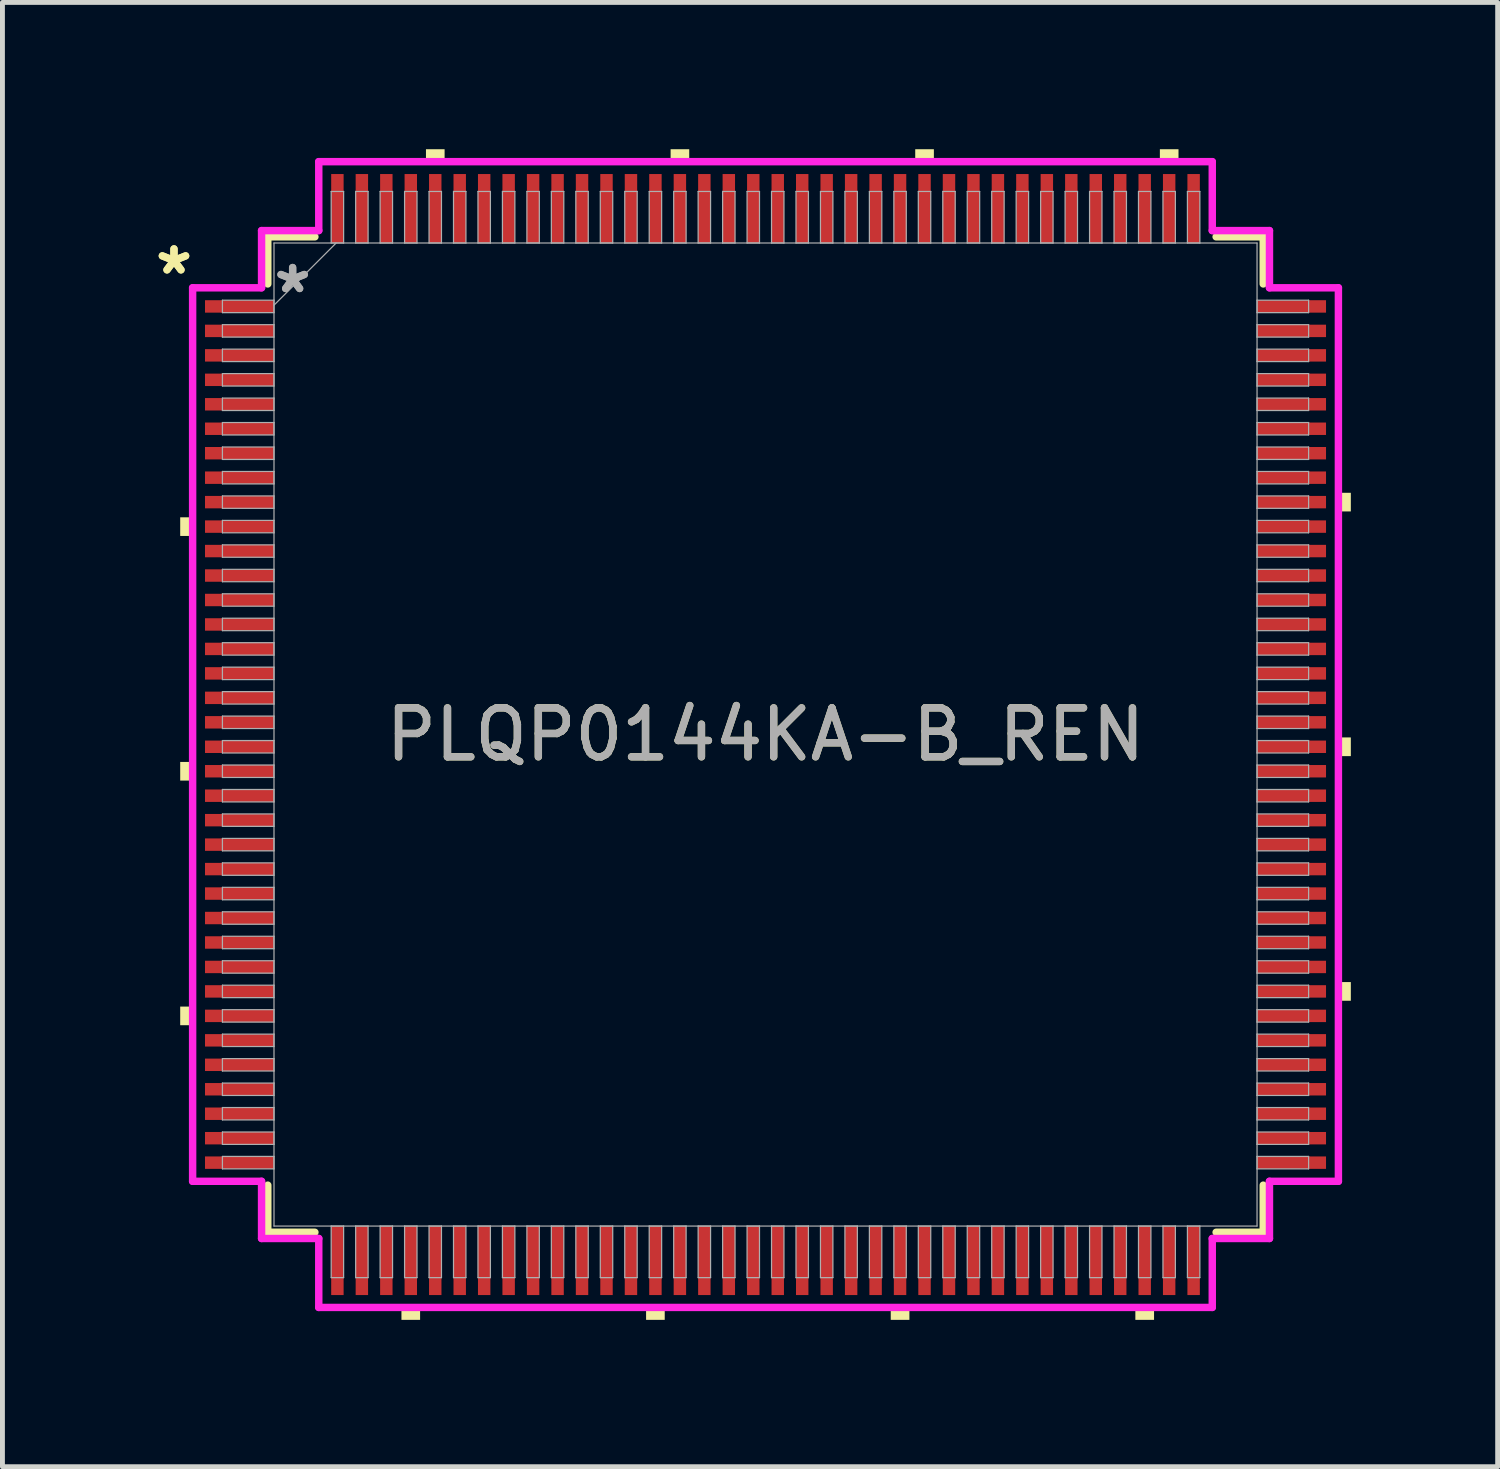
<source format=kicad_pcb>
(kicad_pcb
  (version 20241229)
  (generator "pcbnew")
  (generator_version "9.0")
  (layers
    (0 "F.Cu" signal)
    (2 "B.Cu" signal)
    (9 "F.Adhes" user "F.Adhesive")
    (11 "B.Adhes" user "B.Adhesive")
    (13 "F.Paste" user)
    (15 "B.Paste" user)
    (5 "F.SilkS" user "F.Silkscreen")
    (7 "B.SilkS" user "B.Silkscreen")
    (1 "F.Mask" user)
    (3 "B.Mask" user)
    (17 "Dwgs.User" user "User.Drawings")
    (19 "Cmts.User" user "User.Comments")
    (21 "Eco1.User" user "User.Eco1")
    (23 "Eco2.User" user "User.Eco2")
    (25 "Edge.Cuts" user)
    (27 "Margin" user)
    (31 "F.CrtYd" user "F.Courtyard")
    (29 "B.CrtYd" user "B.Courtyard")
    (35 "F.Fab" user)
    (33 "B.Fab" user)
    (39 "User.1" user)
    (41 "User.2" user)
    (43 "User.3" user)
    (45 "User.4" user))
  (footprint "PLQP0144KA-B_REN"
    (layer "F.Cu")
    (at 12.596 11.963)
    (property "Reference" "PLQP0144KA-B_REN" (at 0 0 0) (unlocked yes) (layer "F.SilkS") (effects (font (size 1 1) (thickness 0.15))))
    (attr smd)
    (fp_line (start -10.173 -10.173) (end -10.173 -9.21) (stroke (width 0.152) (type solid)) (layer "F.SilkS"))
    (fp_line (start -10.173 9.21) (end -10.173 10.173) (stroke (width 0.152) (type solid)) (layer "F.SilkS"))
    (fp_line (start -10.173 10.173) (end -9.21 10.173) (stroke (width 0.152) (type solid)) (layer "F.SilkS"))
    (fp_line (start -9.21 -10.173) (end -10.173 -10.173) (stroke (width 0.152) (type solid)) (layer "F.SilkS"))
    (fp_line (start 9.21 10.173) (end 10.173 10.173) (stroke (width 0.152) (type solid)) (layer "F.SilkS"))
    (fp_line (start 10.173 -10.173) (end 9.21 -10.173) (stroke (width 0.152) (type solid)) (layer "F.SilkS"))
    (fp_line (start 10.173 -9.21) (end 10.173 -10.173) (stroke (width 0.152) (type solid)) (layer "F.SilkS"))
    (fp_line (start 10.173 10.173) (end 10.173 9.21) (stroke (width 0.152) (type solid)) (layer "F.SilkS"))
    (fp_poly (pts (xy -11.963 -4.44) (xy -11.963 -4.059) (xy -11.709 -4.059) (xy -11.709 -4.44)) (stroke (width 0) (type solid)) (fill yes) (layer "F.SilkS"))
    (fp_poly (pts (xy -11.963 0.56) (xy -11.963 0.941) (xy -11.709 0.941) (xy -11.709 0.56)) (stroke (width 0) (type solid)) (fill yes) (layer "F.SilkS"))
    (fp_poly (pts (xy -11.963 5.56) (xy -11.963 5.941) (xy -11.709 5.941) (xy -11.709 5.56)) (stroke (width 0) (type solid)) (fill yes) (layer "F.SilkS"))
    (fp_poly (pts (xy -7.441 11.709) (xy -7.441 11.963) (xy -7.06 11.963) (xy -7.06 11.709)) (stroke (width 0) (type solid)) (fill yes) (layer "F.SilkS"))
    (fp_poly (pts (xy -6.94 -11.709) (xy -6.94 -11.963) (xy -6.559 -11.963) (xy -6.559 -11.709)) (stroke (width 0) (type solid)) (fill yes) (layer "F.SilkS"))
    (fp_poly (pts (xy -2.441 11.709) (xy -2.441 11.963) (xy -2.06 11.963) (xy -2.06 11.709)) (stroke (width 0) (type solid)) (fill yes) (layer "F.SilkS"))
    (fp_poly (pts (xy -1.94 -11.709) (xy -1.94 -11.963) (xy -1.559 -11.963) (xy -1.559 -11.709)) (stroke (width 0) (type solid)) (fill yes) (layer "F.SilkS"))
    (fp_poly (pts (xy 2.559 11.709) (xy 2.559 11.963) (xy 2.941 11.963) (xy 2.941 11.709)) (stroke (width 0) (type solid)) (fill yes) (layer "F.SilkS"))
    (fp_poly (pts (xy 3.06 -11.709) (xy 3.06 -11.963) (xy 3.441 -11.963) (xy 3.441 -11.709)) (stroke (width 0) (type solid)) (fill yes) (layer "F.SilkS"))
    (fp_poly (pts (xy 7.559 11.709) (xy 7.559 11.963) (xy 7.941 11.963) (xy 7.941 11.709)) (stroke (width 0) (type solid)) (fill yes) (layer "F.SilkS"))
    (fp_poly (pts (xy 8.06 -11.709) (xy 8.06 -11.963) (xy 8.441 -11.963) (xy 8.441 -11.709)) (stroke (width 0) (type solid)) (fill yes) (layer "F.SilkS"))
    (fp_poly (pts (xy 11.963 -4.941) (xy 11.963 -4.56) (xy 11.709 -4.56) (xy 11.709 -4.941)) (stroke (width 0) (type solid)) (fill yes) (layer "F.SilkS"))
    (fp_poly (pts (xy 11.963 0.059) (xy 11.963 0.441) (xy 11.709 0.441) (xy 11.709 0.059)) (stroke (width 0) (type solid)) (fill yes) (layer "F.SilkS"))
    (fp_poly (pts (xy 11.963 5.059) (xy 11.963 5.441) (xy 11.709 5.441) (xy 11.709 5.059)) (stroke (width 0) (type solid)) (fill yes) (layer "F.SilkS"))
    (fp_line (start -11.709 -9.131) (end -10.3 -9.131) (stroke (width 0.152) (type solid)) (layer "F.CrtYd"))
    (fp_line (start -11.709 9.131) (end -11.709 -9.131) (stroke (width 0.152) (type solid)) (layer "F.CrtYd"))
    (fp_line (start -10.3 -10.3) (end -9.131 -10.3) (stroke (width 0.152) (type solid)) (layer "F.CrtYd"))
    (fp_line (start -10.3 -9.131) (end -10.3 -10.3) (stroke (width 0.152) (type solid)) (layer "F.CrtYd"))
    (fp_line (start -10.3 9.131) (end -11.709 9.131) (stroke (width 0.152) (type solid)) (layer "F.CrtYd"))
    (fp_line (start -10.3 10.3) (end -10.3 9.131) (stroke (width 0.152) (type solid)) (layer "F.CrtYd"))
    (fp_line (start -10.3 10.3) (end -9.131 10.3) (stroke (width 0.152) (type solid)) (layer "F.CrtYd"))
    (fp_line (start -9.131 -11.709) (end 9.131 -11.709) (stroke (width 0.152) (type solid)) (layer "F.CrtYd"))
    (fp_line (start -9.131 -10.3) (end -9.131 -11.709) (stroke (width 0.152) (type solid)) (layer "F.CrtYd"))
    (fp_line (start -9.131 10.3) (end -9.131 11.709) (stroke (width 0.152) (type solid)) (layer "F.CrtYd"))
    (fp_line (start -9.131 11.709) (end 9.131 11.709) (stroke (width 0.152) (type solid)) (layer "F.CrtYd"))
    (fp_line (start 9.131 -11.709) (end 9.131 -10.3) (stroke (width 0.152) (type solid)) (layer "F.CrtYd"))
    (fp_line (start 9.131 -10.3) (end 10.3 -10.3) (stroke (width 0.152) (type solid)) (layer "F.CrtYd"))
    (fp_line (start 9.131 10.3) (end 10.3 10.3) (stroke (width 0.152) (type solid)) (layer "F.CrtYd"))
    (fp_line (start 9.131 11.709) (end 9.131 10.3) (stroke (width 0.152) (type solid)) (layer "F.CrtYd"))
    (fp_line (start 10.3 -9.131) (end 10.3 -10.3) (stroke (width 0.152) (type solid)) (layer "F.CrtYd"))
    (fp_line (start 10.3 9.131) (end 11.709 9.131) (stroke (width 0.152) (type solid)) (layer "F.CrtYd"))
    (fp_line (start 10.3 10.3) (end 10.3 9.131) (stroke (width 0.152) (type solid)) (layer "F.CrtYd"))
    (fp_line (start 11.709 -9.131) (end 10.3 -9.131) (stroke (width 0.152) (type solid)) (layer "F.CrtYd"))
    (fp_line (start 11.709 9.131) (end 11.709 -9.131) (stroke (width 0.152) (type solid)) (layer "F.CrtYd"))
    (fp_line (start -11.1 -8.877) (end -11.1 -8.623) (stroke (width 0.025) (type solid)) (layer "F.Fab"))
    (fp_line (start -11.1 -8.623) (end -10.046 -8.623) (stroke (width 0.025) (type solid)) (layer "F.Fab"))
    (fp_line (start -11.1 -8.377) (end -11.1 -8.123) (stroke (width 0.025) (type solid)) (layer "F.Fab"))
    (fp_line (start -11.1 -8.123) (end -10.046 -8.123) (stroke (width 0.025) (type solid)) (layer "F.Fab"))
    (fp_line (start -11.1 -7.877) (end -11.1 -7.623) (stroke (width 0.025) (type solid)) (layer "F.Fab"))
    (fp_line (start -11.1 -7.623) (end -10.046 -7.623) (stroke (width 0.025) (type solid)) (layer "F.Fab"))
    (fp_line (start -11.1 -7.377) (end -11.1 -7.123) (stroke (width 0.025) (type solid)) (layer "F.Fab"))
    (fp_line (start -11.1 -7.123) (end -10.046 -7.123) (stroke (width 0.025) (type solid)) (layer "F.Fab"))
    (fp_line (start -11.1 -6.877) (end -11.1 -6.623) (stroke (width 0.025) (type solid)) (layer "F.Fab"))
    (fp_line (start -11.1 -6.623) (end -10.046 -6.623) (stroke (width 0.025) (type solid)) (layer "F.Fab"))
    (fp_line (start -11.1 -6.377) (end -11.1 -6.123) (stroke (width 0.025) (type solid)) (layer "F.Fab"))
    (fp_line (start -11.1 -6.123) (end -10.046 -6.123) (stroke (width 0.025) (type solid)) (layer "F.Fab"))
    (fp_line (start -11.1 -5.877) (end -11.1 -5.623) (stroke (width 0.025) (type solid)) (layer "F.Fab"))
    (fp_line (start -11.1 -5.623) (end -10.046 -5.623) (stroke (width 0.025) (type solid)) (layer "F.Fab"))
    (fp_line (start -11.1 -5.377) (end -11.1 -5.123) (stroke (width 0.025) (type solid)) (layer "F.Fab"))
    (fp_line (start -11.1 -5.123) (end -10.046 -5.123) (stroke (width 0.025) (type solid)) (layer "F.Fab"))
    (fp_line (start -11.1 -4.877) (end -11.1 -4.623) (stroke (width 0.025) (type solid)) (layer "F.Fab"))
    (fp_line (start -11.1 -4.623) (end -10.046 -4.623) (stroke (width 0.025) (type solid)) (layer "F.Fab"))
    (fp_line (start -11.1 -4.377) (end -11.1 -4.123) (stroke (width 0.025) (type solid)) (layer "F.Fab"))
    (fp_line (start -11.1 -4.123) (end -10.046 -4.123) (stroke (width 0.025) (type solid)) (layer "F.Fab"))
    (fp_line (start -11.1 -3.877) (end -11.1 -3.623) (stroke (width 0.025) (type solid)) (layer "F.Fab"))
    (fp_line (start -11.1 -3.623) (end -10.046 -3.623) (stroke (width 0.025) (type solid)) (layer "F.Fab"))
    (fp_line (start -11.1 -3.377) (end -11.1 -3.123) (stroke (width 0.025) (type solid)) (layer "F.Fab"))
    (fp_line (start -11.1 -3.123) (end -10.046 -3.123) (stroke (width 0.025) (type solid)) (layer "F.Fab"))
    (fp_line (start -11.1 -2.877) (end -11.1 -2.623) (stroke (width 0.025) (type solid)) (layer "F.Fab"))
    (fp_line (start -11.1 -2.623) (end -10.046 -2.623) (stroke (width 0.025) (type solid)) (layer "F.Fab"))
    (fp_line (start -11.1 -2.377) (end -11.1 -2.123) (stroke (width 0.025) (type solid)) (layer "F.Fab"))
    (fp_line (start -11.1 -2.123) (end -10.046 -2.123) (stroke (width 0.025) (type solid)) (layer "F.Fab"))
    (fp_line (start -11.1 -1.877) (end -11.1 -1.623) (stroke (width 0.025) (type solid)) (layer "F.Fab"))
    (fp_line (start -11.1 -1.623) (end -10.046 -1.623) (stroke (width 0.025) (type solid)) (layer "F.Fab"))
    (fp_line (start -11.1 -1.377) (end -11.1 -1.123) (stroke (width 0.025) (type solid)) (layer "F.Fab"))
    (fp_line (start -11.1 -1.123) (end -10.046 -1.123) (stroke (width 0.025) (type solid)) (layer "F.Fab"))
    (fp_line (start -11.1 -0.877) (end -11.1 -0.623) (stroke (width 0.025) (type solid)) (layer "F.Fab"))
    (fp_line (start -11.1 -0.623) (end -10.046 -0.623) (stroke (width 0.025) (type solid)) (layer "F.Fab"))
    (fp_line (start -11.1 -0.377) (end -11.1 -0.123) (stroke (width 0.025) (type solid)) (layer "F.Fab"))
    (fp_line (start -11.1 -0.123) (end -10.046 -0.123) (stroke (width 0.025) (type solid)) (layer "F.Fab"))
    (fp_line (start -11.1 0.123) (end -11.1 0.377) (stroke (width 0.025) (type solid)) (layer "F.Fab"))
    (fp_line (start -11.1 0.377) (end -10.046 0.377) (stroke (width 0.025) (type solid)) (layer "F.Fab"))
    (fp_line (start -11.1 0.623) (end -11.1 0.877) (stroke (width 0.025) (type solid)) (layer "F.Fab"))
    (fp_line (start -11.1 0.877) (end -10.046 0.877) (stroke (width 0.025) (type solid)) (layer "F.Fab"))
    (fp_line (start -11.1 1.123) (end -11.1 1.377) (stroke (width 0.025) (type solid)) (layer "F.Fab"))
    (fp_line (start -11.1 1.377) (end -10.046 1.377) (stroke (width 0.025) (type solid)) (layer "F.Fab"))
    (fp_line (start -11.1 1.623) (end -11.1 1.877) (stroke (width 0.025) (type solid)) (layer "F.Fab"))
    (fp_line (start -11.1 1.877) (end -10.046 1.877) (stroke (width 0.025) (type solid)) (layer "F.Fab"))
    (fp_line (start -11.1 2.123) (end -11.1 2.377) (stroke (width 0.025) (type solid)) (layer "F.Fab"))
    (fp_line (start -11.1 2.377) (end -10.046 2.377) (stroke (width 0.025) (type solid)) (layer "F.Fab"))
    (fp_line (start -11.1 2.623) (end -11.1 2.877) (stroke (width 0.025) (type solid)) (layer "F.Fab"))
    (fp_line (start -11.1 2.877) (end -10.046 2.877) (stroke (width 0.025) (type solid)) (layer "F.Fab"))
    (fp_line (start -11.1 3.123) (end -11.1 3.377) (stroke (width 0.025) (type solid)) (layer "F.Fab"))
    (fp_line (start -11.1 3.377) (end -10.046 3.377) (stroke (width 0.025) (type solid)) (layer "F.Fab"))
    (fp_line (start -11.1 3.623) (end -11.1 3.877) (stroke (width 0.025) (type solid)) (layer "F.Fab"))
    (fp_line (start -11.1 3.877) (end -10.046 3.877) (stroke (width 0.025) (type solid)) (layer "F.Fab"))
    (fp_line (start -11.1 4.123) (end -11.1 4.377) (stroke (width 0.025) (type solid)) (layer "F.Fab"))
    (fp_line (start -11.1 4.377) (end -10.046 4.377) (stroke (width 0.025) (type solid)) (layer "F.Fab"))
    (fp_line (start -11.1 4.623) (end -11.1 4.877) (stroke (width 0.025) (type solid)) (layer "F.Fab"))
    (fp_line (start -11.1 4.877) (end -10.046 4.877) (stroke (width 0.025) (type solid)) (layer "F.Fab"))
    (fp_line (start -11.1 5.123) (end -11.1 5.377) (stroke (width 0.025) (type solid)) (layer "F.Fab"))
    (fp_line (start -11.1 5.377) (end -10.046 5.377) (stroke (width 0.025) (type solid)) (layer "F.Fab"))
    (fp_line (start -11.1 5.623) (end -11.1 5.877) (stroke (width 0.025) (type solid)) (layer "F.Fab"))
    (fp_line (start -11.1 5.877) (end -10.046 5.877) (stroke (width 0.025) (type solid)) (layer "F.Fab"))
    (fp_line (start -11.1 6.123) (end -11.1 6.377) (stroke (width 0.025) (type solid)) (layer "F.Fab"))
    (fp_line (start -11.1 6.377) (end -10.046 6.377) (stroke (width 0.025) (type solid)) (layer "F.Fab"))
    (fp_line (start -11.1 6.623) (end -11.1 6.877) (stroke (width 0.025) (type solid)) (layer "F.Fab"))
    (fp_line (start -11.1 6.877) (end -10.046 6.877) (stroke (width 0.025) (type solid)) (layer "F.Fab"))
    (fp_line (start -11.1 7.123) (end -11.1 7.377) (stroke (width 0.025) (type solid)) (layer "F.Fab"))
    (fp_line (start -11.1 7.377) (end -10.046 7.377) (stroke (width 0.025) (type solid)) (layer "F.Fab"))
    (fp_line (start -11.1 7.623) (end -11.1 7.877) (stroke (width 0.025) (type solid)) (layer "F.Fab"))
    (fp_line (start -11.1 7.877) (end -10.046 7.877) (stroke (width 0.025) (type solid)) (layer "F.Fab"))
    (fp_line (start -11.1 8.123) (end -11.1 8.377) (stroke (width 0.025) (type solid)) (layer "F.Fab"))
    (fp_line (start -11.1 8.377) (end -10.046 8.377) (stroke (width 0.025) (type solid)) (layer "F.Fab"))
    (fp_line (start -11.1 8.623) (end -11.1 8.877) (stroke (width 0.025) (type solid)) (layer "F.Fab"))
    (fp_line (start -11.1 8.877) (end -10.046 8.877) (stroke (width 0.025) (type solid)) (layer "F.Fab"))
    (fp_line (start -10.046 -10.046) (end -10.046 10.046) (stroke (width 0.025) (type solid)) (layer "F.Fab"))
    (fp_line (start -10.046 -8.877) (end -11.1 -8.877) (stroke (width 0.025) (type solid)) (layer "F.Fab"))
    (fp_line (start -10.046 -8.776) (end -8.776 -10.046) (stroke (width 0.025) (type solid)) (layer "F.Fab"))
    (fp_line (start -10.046 -8.623) (end -10.046 -8.877) (stroke (width 0.025) (type solid)) (layer "F.Fab"))
    (fp_line (start -10.046 -8.377) (end -11.1 -8.377) (stroke (width 0.025) (type solid)) (layer "F.Fab"))
    (fp_line (start -10.046 -8.123) (end -10.046 -8.377) (stroke (width 0.025) (type solid)) (layer "F.Fab"))
    (fp_line (start -10.046 -7.877) (end -11.1 -7.877) (stroke (width 0.025) (type solid)) (layer "F.Fab"))
    (fp_line (start -10.046 -7.623) (end -10.046 -7.877) (stroke (width 0.025) (type solid)) (layer "F.Fab"))
    (fp_line (start -10.046 -7.377) (end -11.1 -7.377) (stroke (width 0.025) (type solid)) (layer "F.Fab"))
    (fp_line (start -10.046 -7.123) (end -10.046 -7.377) (stroke (width 0.025) (type solid)) (layer "F.Fab"))
    (fp_line (start -10.046 -6.877) (end -11.1 -6.877) (stroke (width 0.025) (type solid)) (layer "F.Fab"))
    (fp_line (start -10.046 -6.623) (end -10.046 -6.877) (stroke (width 0.025) (type solid)) (layer "F.Fab"))
    (fp_line (start -10.046 -6.377) (end -11.1 -6.377) (stroke (width 0.025) (type solid)) (layer "F.Fab"))
    (fp_line (start -10.046 -6.123) (end -10.046 -6.377) (stroke (width 0.025) (type solid)) (layer "F.Fab"))
    (fp_line (start -10.046 -5.877) (end -11.1 -5.877) (stroke (width 0.025) (type solid)) (layer "F.Fab"))
    (fp_line (start -10.046 -5.623) (end -10.046 -5.877) (stroke (width 0.025) (type solid)) (layer "F.Fab"))
    (fp_line (start -10.046 -5.377) (end -11.1 -5.377) (stroke (width 0.025) (type solid)) (layer "F.Fab"))
    (fp_line (start -10.046 -5.123) (end -10.046 -5.377) (stroke (width 0.025) (type solid)) (layer "F.Fab"))
    (fp_line (start -10.046 -4.877) (end -11.1 -4.877) (stroke (width 0.025) (type solid)) (layer "F.Fab"))
    (fp_line (start -10.046 -4.623) (end -10.046 -4.877) (stroke (width 0.025) (type solid)) (layer "F.Fab"))
    (fp_line (start -10.046 -4.377) (end -11.1 -4.377) (stroke (width 0.025) (type solid)) (layer "F.Fab"))
    (fp_line (start -10.046 -4.123) (end -10.046 -4.377) (stroke (width 0.025) (type solid)) (layer "F.Fab"))
    (fp_line (start -10.046 -3.877) (end -11.1 -3.877) (stroke (width 0.025) (type solid)) (layer "F.Fab"))
    (fp_line (start -10.046 -3.623) (end -10.046 -3.877) (stroke (width 0.025) (type solid)) (layer "F.Fab"))
    (fp_line (start -10.046 -3.377) (end -11.1 -3.377) (stroke (width 0.025) (type solid)) (layer "F.Fab"))
    (fp_line (start -10.046 -3.123) (end -10.046 -3.377) (stroke (width 0.025) (type solid)) (layer "F.Fab"))
    (fp_line (start -10.046 -2.877) (end -11.1 -2.877) (stroke (width 0.025) (type solid)) (layer "F.Fab"))
    (fp_line (start -10.046 -2.623) (end -10.046 -2.877) (stroke (width 0.025) (type solid)) (layer "F.Fab"))
    (fp_line (start -10.046 -2.377) (end -11.1 -2.377) (stroke (width 0.025) (type solid)) (layer "F.Fab"))
    (fp_line (start -10.046 -2.123) (end -10.046 -2.377) (stroke (width 0.025) (type solid)) (layer "F.Fab"))
    (fp_line (start -10.046 -1.877) (end -11.1 -1.877) (stroke (width 0.025) (type solid)) (layer "F.Fab"))
    (fp_line (start -10.046 -1.623) (end -10.046 -1.877) (stroke (width 0.025) (type solid)) (layer "F.Fab"))
    (fp_line (start -10.046 -1.377) (end -11.1 -1.377) (stroke (width 0.025) (type solid)) (layer "F.Fab"))
    (fp_line (start -10.046 -1.123) (end -10.046 -1.377) (stroke (width 0.025) (type solid)) (layer "F.Fab"))
    (fp_line (start -10.046 -0.877) (end -11.1 -0.877) (stroke (width 0.025) (type solid)) (layer "F.Fab"))
    (fp_line (start -10.046 -0.623) (end -10.046 -0.877) (stroke (width 0.025) (type solid)) (layer "F.Fab"))
    (fp_line (start -10.046 -0.377) (end -11.1 -0.377) (stroke (width 0.025) (type solid)) (layer "F.Fab"))
    (fp_line (start -10.046 -0.123) (end -10.046 -0.377) (stroke (width 0.025) (type solid)) (layer "F.Fab"))
    (fp_line (start -10.046 0.123) (end -11.1 0.123) (stroke (width 0.025) (type solid)) (layer "F.Fab"))
    (fp_line (start -10.046 0.377) (end -10.046 0.123) (stroke (width 0.025) (type solid)) (layer "F.Fab"))
    (fp_line (start -10.046 0.623) (end -11.1 0.623) (stroke (width 0.025) (type solid)) (layer "F.Fab"))
    (fp_line (start -10.046 0.877) (end -10.046 0.623) (stroke (width 0.025) (type solid)) (layer "F.Fab"))
    (fp_line (start -10.046 1.123) (end -11.1 1.123) (stroke (width 0.025) (type solid)) (layer "F.Fab"))
    (fp_line (start -10.046 1.377) (end -10.046 1.123) (stroke (width 0.025) (type solid)) (layer "F.Fab"))
    (fp_line (start -10.046 1.623) (end -11.1 1.623) (stroke (width 0.025) (type solid)) (layer "F.Fab"))
    (fp_line (start -10.046 1.877) (end -10.046 1.623) (stroke (width 0.025) (type solid)) (layer "F.Fab"))
    (fp_line (start -10.046 2.123) (end -11.1 2.123) (stroke (width 0.025) (type solid)) (layer "F.Fab"))
    (fp_line (start -10.046 2.377) (end -10.046 2.123) (stroke (width 0.025) (type solid)) (layer "F.Fab"))
    (fp_line (start -10.046 2.623) (end -11.1 2.623) (stroke (width 0.025) (type solid)) (layer "F.Fab"))
    (fp_line (start -10.046 2.877) (end -10.046 2.623) (stroke (width 0.025) (type solid)) (layer "F.Fab"))
    (fp_line (start -10.046 3.123) (end -11.1 3.123) (stroke (width 0.025) (type solid)) (layer "F.Fab"))
    (fp_line (start -10.046 3.377) (end -10.046 3.123) (stroke (width 0.025) (type solid)) (layer "F.Fab"))
    (fp_line (start -10.046 3.623) (end -11.1 3.623) (stroke (width 0.025) (type solid)) (layer "F.Fab"))
    (fp_line (start -10.046 3.877) (end -10.046 3.623) (stroke (width 0.025) (type solid)) (layer "F.Fab"))
    (fp_line (start -10.046 4.123) (end -11.1 4.123) (stroke (width 0.025) (type solid)) (layer "F.Fab"))
    (fp_line (start -10.046 4.377) (end -10.046 4.123) (stroke (width 0.025) (type solid)) (layer "F.Fab"))
    (fp_line (start -10.046 4.623) (end -11.1 4.623) (stroke (width 0.025) (type solid)) (layer "F.Fab"))
    (fp_line (start -10.046 4.877) (end -10.046 4.623) (stroke (width 0.025) (type solid)) (layer "F.Fab"))
    (fp_line (start -10.046 5.123) (end -11.1 5.123) (stroke (width 0.025) (type solid)) (layer "F.Fab"))
    (fp_line (start -10.046 5.377) (end -10.046 5.123) (stroke (width 0.025) (type solid)) (layer "F.Fab"))
    (fp_line (start -10.046 5.623) (end -11.1 5.623) (stroke (width 0.025) (type solid)) (layer "F.Fab"))
    (fp_line (start -10.046 5.877) (end -10.046 5.623) (stroke (width 0.025) (type solid)) (layer "F.Fab"))
    (fp_line (start -10.046 6.123) (end -11.1 6.123) (stroke (width 0.025) (type solid)) (layer "F.Fab"))
    (fp_line (start -10.046 6.377) (end -10.046 6.123) (stroke (width 0.025) (type solid)) (layer "F.Fab"))
    (fp_line (start -10.046 6.623) (end -11.1 6.623) (stroke (width 0.025) (type solid)) (layer "F.Fab"))
    (fp_line (start -10.046 6.877) (end -10.046 6.623) (stroke (width 0.025) (type solid)) (layer "F.Fab"))
    (fp_line (start -10.046 7.123) (end -11.1 7.123) (stroke (width 0.025) (type solid)) (layer "F.Fab"))
    (fp_line (start -10.046 7.377) (end -10.046 7.123) (stroke (width 0.025) (type solid)) (layer "F.Fab"))
    (fp_line (start -10.046 7.623) (end -11.1 7.623) (stroke (width 0.025) (type solid)) (layer "F.Fab"))
    (fp_line (start -10.046 7.877) (end -10.046 7.623) (stroke (width 0.025) (type solid)) (layer "F.Fab"))
    (fp_line (start -10.046 8.123) (end -11.1 8.123) (stroke (width 0.025) (type solid)) (layer "F.Fab"))
    (fp_line (start -10.046 8.377) (end -10.046 8.123) (stroke (width 0.025) (type solid)) (layer "F.Fab"))
    (fp_line (start -10.046 8.623) (end -11.1 8.623) (stroke (width 0.025) (type solid)) (layer "F.Fab"))
    (fp_line (start -10.046 8.877) (end -10.046 8.623) (stroke (width 0.025) (type solid)) (layer "F.Fab"))
    (fp_line (start -10.046 10.046) (end 10.046 10.046) (stroke (width 0.025) (type solid)) (layer "F.Fab"))
    (fp_line (start -8.877 -11.1) (end -8.877 -10.046) (stroke (width 0.025) (type solid)) (layer "F.Fab"))
    (fp_line (start -8.877 -10.046) (end -8.623 -10.046) (stroke (width 0.025) (type solid)) (layer "F.Fab"))
    (fp_line (start -8.877 10.046) (end -8.877 11.1) (stroke (width 0.025) (type solid)) (layer "F.Fab"))
    (fp_line (start -8.877 11.1) (end -8.623 11.1) (stroke (width 0.025) (type solid)) (layer "F.Fab"))
    (fp_line (start -8.623 -11.1) (end -8.877 -11.1) (stroke (width 0.025) (type solid)) (layer "F.Fab"))
    (fp_line (start -8.623 -10.046) (end -8.623 -11.1) (stroke (width 0.025) (type solid)) (layer "F.Fab"))
    (fp_line (start -8.623 10.046) (end -8.877 10.046) (stroke (width 0.025) (type solid)) (layer "F.Fab"))
    (fp_line (start -8.623 11.1) (end -8.623 10.046) (stroke (width 0.025) (type solid)) (layer "F.Fab"))
    (fp_line (start -8.377 -11.1) (end -8.377 -10.046) (stroke (width 0.025) (type solid)) (layer "F.Fab"))
    (fp_line (start -8.377 -10.046) (end -8.123 -10.046) (stroke (width 0.025) (type solid)) (layer "F.Fab"))
    (fp_line (start -8.377 10.046) (end -8.377 11.1) (stroke (width 0.025) (type solid)) (layer "F.Fab"))
    (fp_line (start -8.377 11.1) (end -8.123 11.1) (stroke (width 0.025) (type solid)) (layer "F.Fab"))
    (fp_line (start -8.123 -11.1) (end -8.377 -11.1) (stroke (width 0.025) (type solid)) (layer "F.Fab"))
    (fp_line (start -8.123 -10.046) (end -8.123 -11.1) (stroke (width 0.025) (type solid)) (layer "F.Fab"))
    (fp_line (start -8.123 10.046) (end -8.377 10.046) (stroke (width 0.025) (type solid)) (layer "F.Fab"))
    (fp_line (start -8.123 11.1) (end -8.123 10.046) (stroke (width 0.025) (type solid)) (layer "F.Fab"))
    (fp_line (start -7.877 -11.1) (end -7.877 -10.046) (stroke (width 0.025) (type solid)) (layer "F.Fab"))
    (fp_line (start -7.877 -10.046) (end -7.623 -10.046) (stroke (width 0.025) (type solid)) (layer "F.Fab"))
    (fp_line (start -7.877 10.046) (end -7.877 11.1) (stroke (width 0.025) (type solid)) (layer "F.Fab"))
    (fp_line (start -7.877 11.1) (end -7.623 11.1) (stroke (width 0.025) (type solid)) (layer "F.Fab"))
    (fp_line (start -7.623 -11.1) (end -7.877 -11.1) (stroke (width 0.025) (type solid)) (layer "F.Fab"))
    (fp_line (start -7.623 -10.046) (end -7.623 -11.1) (stroke (width 0.025) (type solid)) (layer "F.Fab"))
    (fp_line (start -7.623 10.046) (end -7.877 10.046) (stroke (width 0.025) (type solid)) (layer "F.Fab"))
    (fp_line (start -7.623 11.1) (end -7.623 10.046) (stroke (width 0.025) (type solid)) (layer "F.Fab"))
    (fp_line (start -7.377 -11.1) (end -7.377 -10.046) (stroke (width 0.025) (type solid)) (layer "F.Fab"))
    (fp_line (start -7.377 -10.046) (end -7.123 -10.046) (stroke (width 0.025) (type solid)) (layer "F.Fab"))
    (fp_line (start -7.377 10.046) (end -7.377 11.1) (stroke (width 0.025) (type solid)) (layer "F.Fab"))
    (fp_line (start -7.377 11.1) (end -7.123 11.1) (stroke (width 0.025) (type solid)) (layer "F.Fab"))
    (fp_line (start -7.123 -11.1) (end -7.377 -11.1) (stroke (width 0.025) (type solid)) (layer "F.Fab"))
    (fp_line (start -7.123 -10.046) (end -7.123 -11.1) (stroke (width 0.025) (type solid)) (layer "F.Fab"))
    (fp_line (start -7.123 10.046) (end -7.377 10.046) (stroke (width 0.025) (type solid)) (layer "F.Fab"))
    (fp_line (start -7.123 11.1) (end -7.123 10.046) (stroke (width 0.025) (type solid)) (layer "F.Fab"))
    (fp_line (start -6.877 -11.1) (end -6.877 -10.046) (stroke (width 0.025) (type solid)) (layer "F.Fab"))
    (fp_line (start -6.877 -10.046) (end -6.623 -10.046) (stroke (width 0.025) (type solid)) (layer "F.Fab"))
    (fp_line (start -6.877 10.046) (end -6.877 11.1) (stroke (width 0.025) (type solid)) (layer "F.Fab"))
    (fp_line (start -6.877 11.1) (end -6.623 11.1) (stroke (width 0.025) (type solid)) (layer "F.Fab"))
    (fp_line (start -6.623 -11.1) (end -6.877 -11.1) (stroke (width 0.025) (type solid)) (layer "F.Fab"))
    (fp_line (start -6.623 -10.046) (end -6.623 -11.1) (stroke (width 0.025) (type solid)) (layer "F.Fab"))
    (fp_line (start -6.623 10.046) (end -6.877 10.046) (stroke (width 0.025) (type solid)) (layer "F.Fab"))
    (fp_line (start -6.623 11.1) (end -6.623 10.046) (stroke (width 0.025) (type solid)) (layer "F.Fab"))
    (fp_line (start -6.377 -11.1) (end -6.377 -10.046) (stroke (width 0.025) (type solid)) (layer "F.Fab"))
    (fp_line (start -6.377 -10.046) (end -6.123 -10.046) (stroke (width 0.025) (type solid)) (layer "F.Fab"))
    (fp_line (start -6.377 10.046) (end -6.377 11.1) (stroke (width 0.025) (type solid)) (layer "F.Fab"))
    (fp_line (start -6.377 11.1) (end -6.123 11.1) (stroke (width 0.025) (type solid)) (layer "F.Fab"))
    (fp_line (start -6.123 -11.1) (end -6.377 -11.1) (stroke (width 0.025) (type solid)) (layer "F.Fab"))
    (fp_line (start -6.123 -10.046) (end -6.123 -11.1) (stroke (width 0.025) (type solid)) (layer "F.Fab"))
    (fp_line (start -6.123 10.046) (end -6.377 10.046) (stroke (width 0.025) (type solid)) (layer "F.Fab"))
    (fp_line (start -6.123 11.1) (end -6.123 10.046) (stroke (width 0.025) (type solid)) (layer "F.Fab"))
    (fp_line (start -5.877 -11.1) (end -5.877 -10.046) (stroke (width 0.025) (type solid)) (layer "F.Fab"))
    (fp_line (start -5.877 -10.046) (end -5.623 -10.046) (stroke (width 0.025) (type solid)) (layer "F.Fab"))
    (fp_line (start -5.877 10.046) (end -5.877 11.1) (stroke (width 0.025) (type solid)) (layer "F.Fab"))
    (fp_line (start -5.877 11.1) (end -5.623 11.1) (stroke (width 0.025) (type solid)) (layer "F.Fab"))
    (fp_line (start -5.623 -11.1) (end -5.877 -11.1) (stroke (width 0.025) (type solid)) (layer "F.Fab"))
    (fp_line (start -5.623 -10.046) (end -5.623 -11.1) (stroke (width 0.025) (type solid)) (layer "F.Fab"))
    (fp_line (start -5.623 10.046) (end -5.877 10.046) (stroke (width 0.025) (type solid)) (layer "F.Fab"))
    (fp_line (start -5.623 11.1) (end -5.623 10.046) (stroke (width 0.025) (type solid)) (layer "F.Fab"))
    (fp_line (start -5.377 -11.1) (end -5.377 -10.046) (stroke (width 0.025) (type solid)) (layer "F.Fab"))
    (fp_line (start -5.377 -10.046) (end -5.123 -10.046) (stroke (width 0.025) (type solid)) (layer "F.Fab"))
    (fp_line (start -5.377 10.046) (end -5.377 11.1) (stroke (width 0.025) (type solid)) (layer "F.Fab"))
    (fp_line (start -5.377 11.1) (end -5.123 11.1) (stroke (width 0.025) (type solid)) (layer "F.Fab"))
    (fp_line (start -5.123 -11.1) (end -5.377 -11.1) (stroke (width 0.025) (type solid)) (layer "F.Fab"))
    (fp_line (start -5.123 -10.046) (end -5.123 -11.1) (stroke (width 0.025) (type solid)) (layer "F.Fab"))
    (fp_line (start -5.123 10.046) (end -5.377 10.046) (stroke (width 0.025) (type solid)) (layer "F.Fab"))
    (fp_line (start -5.123 11.1) (end -5.123 10.046) (stroke (width 0.025) (type solid)) (layer "F.Fab"))
    (fp_line (start -4.877 -11.1) (end -4.877 -10.046) (stroke (width 0.025) (type solid)) (layer "F.Fab"))
    (fp_line (start -4.877 -10.046) (end -4.623 -10.046) (stroke (width 0.025) (type solid)) (layer "F.Fab"))
    (fp_line (start -4.877 10.046) (end -4.877 11.1) (stroke (width 0.025) (type solid)) (layer "F.Fab"))
    (fp_line (start -4.877 11.1) (end -4.623 11.1) (stroke (width 0.025) (type solid)) (layer "F.Fab"))
    (fp_line (start -4.623 -11.1) (end -4.877 -11.1) (stroke (width 0.025) (type solid)) (layer "F.Fab"))
    (fp_line (start -4.623 -10.046) (end -4.623 -11.1) (stroke (width 0.025) (type solid)) (layer "F.Fab"))
    (fp_line (start -4.623 10.046) (end -4.877 10.046) (stroke (width 0.025) (type solid)) (layer "F.Fab"))
    (fp_line (start -4.623 11.1) (end -4.623 10.046) (stroke (width 0.025) (type solid)) (layer "F.Fab"))
    (fp_line (start -4.377 -11.1) (end -4.377 -10.046) (stroke (width 0.025) (type solid)) (layer "F.Fab"))
    (fp_line (start -4.377 -10.046) (end -4.123 -10.046) (stroke (width 0.025) (type solid)) (layer "F.Fab"))
    (fp_line (start -4.377 10.046) (end -4.377 11.1) (stroke (width 0.025) (type solid)) (layer "F.Fab"))
    (fp_line (start -4.377 11.1) (end -4.123 11.1) (stroke (width 0.025) (type solid)) (layer "F.Fab"))
    (fp_line (start -4.123 -11.1) (end -4.377 -11.1) (stroke (width 0.025) (type solid)) (layer "F.Fab"))
    (fp_line (start -4.123 -10.046) (end -4.123 -11.1) (stroke (width 0.025) (type solid)) (layer "F.Fab"))
    (fp_line (start -4.123 10.046) (end -4.377 10.046) (stroke (width 0.025) (type solid)) (layer "F.Fab"))
    (fp_line (start -4.123 11.1) (end -4.123 10.046) (stroke (width 0.025) (type solid)) (layer "F.Fab"))
    (fp_line (start -3.877 -11.1) (end -3.877 -10.046) (stroke (width 0.025) (type solid)) (layer "F.Fab"))
    (fp_line (start -3.877 -10.046) (end -3.623 -10.046) (stroke (width 0.025) (type solid)) (layer "F.Fab"))
    (fp_line (start -3.877 10.046) (end -3.877 11.1) (stroke (width 0.025) (type solid)) (layer "F.Fab"))
    (fp_line (start -3.877 11.1) (end -3.623 11.1) (stroke (width 0.025) (type solid)) (layer "F.Fab"))
    (fp_line (start -3.623 -11.1) (end -3.877 -11.1) (stroke (width 0.025) (type solid)) (layer "F.Fab"))
    (fp_line (start -3.623 -10.046) (end -3.623 -11.1) (stroke (width 0.025) (type solid)) (layer "F.Fab"))
    (fp_line (start -3.623 10.046) (end -3.877 10.046) (stroke (width 0.025) (type solid)) (layer "F.Fab"))
    (fp_line (start -3.623 11.1) (end -3.623 10.046) (stroke (width 0.025) (type solid)) (layer "F.Fab"))
    (fp_line (start -3.377 -11.1) (end -3.377 -10.046) (stroke (width 0.025) (type solid)) (layer "F.Fab"))
    (fp_line (start -3.377 -10.046) (end -3.123 -10.046) (stroke (width 0.025) (type solid)) (layer "F.Fab"))
    (fp_line (start -3.377 10.046) (end -3.377 11.1) (stroke (width 0.025) (type solid)) (layer "F.Fab"))
    (fp_line (start -3.377 11.1) (end -3.123 11.1) (stroke (width 0.025) (type solid)) (layer "F.Fab"))
    (fp_line (start -3.123 -11.1) (end -3.377 -11.1) (stroke (width 0.025) (type solid)) (layer "F.Fab"))
    (fp_line (start -3.123 -10.046) (end -3.123 -11.1) (stroke (width 0.025) (type solid)) (layer "F.Fab"))
    (fp_line (start -3.123 10.046) (end -3.377 10.046) (stroke (width 0.025) (type solid)) (layer "F.Fab"))
    (fp_line (start -3.123 11.1) (end -3.123 10.046) (stroke (width 0.025) (type solid)) (layer "F.Fab"))
    (fp_line (start -2.877 -11.1) (end -2.877 -10.046) (stroke (width 0.025) (type solid)) (layer "F.Fab"))
    (fp_line (start -2.877 -10.046) (end -2.623 -10.046) (stroke (width 0.025) (type solid)) (layer "F.Fab"))
    (fp_line (start -2.877 10.046) (end -2.877 11.1) (stroke (width 0.025) (type solid)) (layer "F.Fab"))
    (fp_line (start -2.877 11.1) (end -2.623 11.1) (stroke (width 0.025) (type solid)) (layer "F.Fab"))
    (fp_line (start -2.623 -11.1) (end -2.877 -11.1) (stroke (width 0.025) (type solid)) (layer "F.Fab"))
    (fp_line (start -2.623 -10.046) (end -2.623 -11.1) (stroke (width 0.025) (type solid)) (layer "F.Fab"))
    (fp_line (start -2.623 10.046) (end -2.877 10.046) (stroke (width 0.025) (type solid)) (layer "F.Fab"))
    (fp_line (start -2.623 11.1) (end -2.623 10.046) (stroke (width 0.025) (type solid)) (layer "F.Fab"))
    (fp_line (start -2.377 -11.1) (end -2.377 -10.046) (stroke (width 0.025) (type solid)) (layer "F.Fab"))
    (fp_line (start -2.377 -10.046) (end -2.123 -10.046) (stroke (width 0.025) (type solid)) (layer "F.Fab"))
    (fp_line (start -2.377 10.046) (end -2.377 11.1) (stroke (width 0.025) (type solid)) (layer "F.Fab"))
    (fp_line (start -2.377 11.1) (end -2.123 11.1) (stroke (width 0.025) (type solid)) (layer "F.Fab"))
    (fp_line (start -2.123 -11.1) (end -2.377 -11.1) (stroke (width 0.025) (type solid)) (layer "F.Fab"))
    (fp_line (start -2.123 -10.046) (end -2.123 -11.1) (stroke (width 0.025) (type solid)) (layer "F.Fab"))
    (fp_line (start -2.123 10.046) (end -2.377 10.046) (stroke (width 0.025) (type solid)) (layer "F.Fab"))
    (fp_line (start -2.123 11.1) (end -2.123 10.046) (stroke (width 0.025) (type solid)) (layer "F.Fab"))
    (fp_line (start -1.877 -11.1) (end -1.877 -10.046) (stroke (width 0.025) (type solid)) (layer "F.Fab"))
    (fp_line (start -1.877 -10.046) (end -1.623 -10.046) (stroke (width 0.025) (type solid)) (layer "F.Fab"))
    (fp_line (start -1.877 10.046) (end -1.877 11.1) (stroke (width 0.025) (type solid)) (layer "F.Fab"))
    (fp_line (start -1.877 11.1) (end -1.623 11.1) (stroke (width 0.025) (type solid)) (layer "F.Fab"))
    (fp_line (start -1.623 -11.1) (end -1.877 -11.1) (stroke (width 0.025) (type solid)) (layer "F.Fab"))
    (fp_line (start -1.623 -10.046) (end -1.623 -11.1) (stroke (width 0.025) (type solid)) (layer "F.Fab"))
    (fp_line (start -1.623 10.046) (end -1.877 10.046) (stroke (width 0.025) (type solid)) (layer "F.Fab"))
    (fp_line (start -1.623 11.1) (end -1.623 10.046) (stroke (width 0.025) (type solid)) (layer "F.Fab"))
    (fp_line (start -1.377 -11.1) (end -1.377 -10.046) (stroke (width 0.025) (type solid)) (layer "F.Fab"))
    (fp_line (start -1.377 -10.046) (end -1.123 -10.046) (stroke (width 0.025) (type solid)) (layer "F.Fab"))
    (fp_line (start -1.377 10.046) (end -1.377 11.1) (stroke (width 0.025) (type solid)) (layer "F.Fab"))
    (fp_line (start -1.377 11.1) (end -1.123 11.1) (stroke (width 0.025) (type solid)) (layer "F.Fab"))
    (fp_line (start -1.123 -11.1) (end -1.377 -11.1) (stroke (width 0.025) (type solid)) (layer "F.Fab"))
    (fp_line (start -1.123 -10.046) (end -1.123 -11.1) (stroke (width 0.025) (type solid)) (layer "F.Fab"))
    (fp_line (start -1.123 10.046) (end -1.377 10.046) (stroke (width 0.025) (type solid)) (layer "F.Fab"))
    (fp_line (start -1.123 11.1) (end -1.123 10.046) (stroke (width 0.025) (type solid)) (layer "F.Fab"))
    (fp_line (start -0.877 -11.1) (end -0.877 -10.046) (stroke (width 0.025) (type solid)) (layer "F.Fab"))
    (fp_line (start -0.877 -10.046) (end -0.623 -10.046) (stroke (width 0.025) (type solid)) (layer "F.Fab"))
    (fp_line (start -0.877 10.046) (end -0.877 11.1) (stroke (width 0.025) (type solid)) (layer "F.Fab"))
    (fp_line (start -0.877 11.1) (end -0.623 11.1) (stroke (width 0.025) (type solid)) (layer "F.Fab"))
    (fp_line (start -0.623 -11.1) (end -0.877 -11.1) (stroke (width 0.025) (type solid)) (layer "F.Fab"))
    (fp_line (start -0.623 -10.046) (end -0.623 -11.1) (stroke (width 0.025) (type solid)) (layer "F.Fab"))
    (fp_line (start -0.623 10.046) (end -0.877 10.046) (stroke (width 0.025) (type solid)) (layer "F.Fab"))
    (fp_line (start -0.623 11.1) (end -0.623 10.046) (stroke (width 0.025) (type solid)) (layer "F.Fab"))
    (fp_line (start -0.377 -11.1) (end -0.377 -10.046) (stroke (width 0.025) (type solid)) (layer "F.Fab"))
    (fp_line (start -0.377 -10.046) (end -0.123 -10.046) (stroke (width 0.025) (type solid)) (layer "F.Fab"))
    (fp_line (start -0.377 10.046) (end -0.377 11.1) (stroke (width 0.025) (type solid)) (layer "F.Fab"))
    (fp_line (start -0.377 11.1) (end -0.123 11.1) (stroke (width 0.025) (type solid)) (layer "F.Fab"))
    (fp_line (start -0.123 -11.1) (end -0.377 -11.1) (stroke (width 0.025) (type solid)) (layer "F.Fab"))
    (fp_line (start -0.123 -10.046) (end -0.123 -11.1) (stroke (width 0.025) (type solid)) (layer "F.Fab"))
    (fp_line (start -0.123 10.046) (end -0.377 10.046) (stroke (width 0.025) (type solid)) (layer "F.Fab"))
    (fp_line (start -0.123 11.1) (end -0.123 10.046) (stroke (width 0.025) (type solid)) (layer "F.Fab"))
    (fp_line (start 0.123 -11.1) (end 0.123 -10.046) (stroke (width 0.025) (type solid)) (layer "F.Fab"))
    (fp_line (start 0.123 -10.046) (end 0.377 -10.046) (stroke (width 0.025) (type solid)) (layer "F.Fab"))
    (fp_line (start 0.123 10.046) (end 0.123 11.1) (stroke (width 0.025) (type solid)) (layer "F.Fab"))
    (fp_line (start 0.123 11.1) (end 0.377 11.1) (stroke (width 0.025) (type solid)) (layer "F.Fab"))
    (fp_line (start 0.377 -11.1) (end 0.123 -11.1) (stroke (width 0.025) (type solid)) (layer "F.Fab"))
    (fp_line (start 0.377 -10.046) (end 0.377 -11.1) (stroke (width 0.025) (type solid)) (layer "F.Fab"))
    (fp_line (start 0.377 10.046) (end 0.123 10.046) (stroke (width 0.025) (type solid)) (layer "F.Fab"))
    (fp_line (start 0.377 11.1) (end 0.377 10.046) (stroke (width 0.025) (type solid)) (layer "F.Fab"))
    (fp_line (start 0.623 -11.1) (end 0.623 -10.046) (stroke (width 0.025) (type solid)) (layer "F.Fab"))
    (fp_line (start 0.623 -10.046) (end 0.877 -10.046) (stroke (width 0.025) (type solid)) (layer "F.Fab"))
    (fp_line (start 0.623 10.046) (end 0.623 11.1) (stroke (width 0.025) (type solid)) (layer "F.Fab"))
    (fp_line (start 0.623 11.1) (end 0.877 11.1) (stroke (width 0.025) (type solid)) (layer "F.Fab"))
    (fp_line (start 0.877 -11.1) (end 0.623 -11.1) (stroke (width 0.025) (type solid)) (layer "F.Fab"))
    (fp_line (start 0.877 -10.046) (end 0.877 -11.1) (stroke (width 0.025) (type solid)) (layer "F.Fab"))
    (fp_line (start 0.877 10.046) (end 0.623 10.046) (stroke (width 0.025) (type solid)) (layer "F.Fab"))
    (fp_line (start 0.877 11.1) (end 0.877 10.046) (stroke (width 0.025) (type solid)) (layer "F.Fab"))
    (fp_line (start 1.123 -11.1) (end 1.123 -10.046) (stroke (width 0.025) (type solid)) (layer "F.Fab"))
    (fp_line (start 1.123 -10.046) (end 1.377 -10.046) (stroke (width 0.025) (type solid)) (layer "F.Fab"))
    (fp_line (start 1.123 10.046) (end 1.123 11.1) (stroke (width 0.025) (type solid)) (layer "F.Fab"))
    (fp_line (start 1.123 11.1) (end 1.377 11.1) (stroke (width 0.025) (type solid)) (layer "F.Fab"))
    (fp_line (start 1.377 -11.1) (end 1.123 -11.1) (stroke (width 0.025) (type solid)) (layer "F.Fab"))
    (fp_line (start 1.377 -10.046) (end 1.377 -11.1) (stroke (width 0.025) (type solid)) (layer "F.Fab"))
    (fp_line (start 1.377 10.046) (end 1.123 10.046) (stroke (width 0.025) (type solid)) (layer "F.Fab"))
    (fp_line (start 1.377 11.1) (end 1.377 10.046) (stroke (width 0.025) (type solid)) (layer "F.Fab"))
    (fp_line (start 1.623 -11.1) (end 1.623 -10.046) (stroke (width 0.025) (type solid)) (layer "F.Fab"))
    (fp_line (start 1.623 -10.046) (end 1.877 -10.046) (stroke (width 0.025) (type solid)) (layer "F.Fab"))
    (fp_line (start 1.623 10.046) (end 1.623 11.1) (stroke (width 0.025) (type solid)) (layer "F.Fab"))
    (fp_line (start 1.623 11.1) (end 1.877 11.1) (stroke (width 0.025) (type solid)) (layer "F.Fab"))
    (fp_line (start 1.877 -11.1) (end 1.623 -11.1) (stroke (width 0.025) (type solid)) (layer "F.Fab"))
    (fp_line (start 1.877 -10.046) (end 1.877 -11.1) (stroke (width 0.025) (type solid)) (layer "F.Fab"))
    (fp_line (start 1.877 10.046) (end 1.623 10.046) (stroke (width 0.025) (type solid)) (layer "F.Fab"))
    (fp_line (start 1.877 11.1) (end 1.877 10.046) (stroke (width 0.025) (type solid)) (layer "F.Fab"))
    (fp_line (start 2.123 -11.1) (end 2.123 -10.046) (stroke (width 0.025) (type solid)) (layer "F.Fab"))
    (fp_line (start 2.123 -10.046) (end 2.377 -10.046) (stroke (width 0.025) (type solid)) (layer "F.Fab"))
    (fp_line (start 2.123 10.046) (end 2.123 11.1) (stroke (width 0.025) (type solid)) (layer "F.Fab"))
    (fp_line (start 2.123 11.1) (end 2.377 11.1) (stroke (width 0.025) (type solid)) (layer "F.Fab"))
    (fp_line (start 2.377 -11.1) (end 2.123 -11.1) (stroke (width 0.025) (type solid)) (layer "F.Fab"))
    (fp_line (start 2.377 -10.046) (end 2.377 -11.1) (stroke (width 0.025) (type solid)) (layer "F.Fab"))
    (fp_line (start 2.377 10.046) (end 2.123 10.046) (stroke (width 0.025) (type solid)) (layer "F.Fab"))
    (fp_line (start 2.377 11.1) (end 2.377 10.046) (stroke (width 0.025) (type solid)) (layer "F.Fab"))
    (fp_line (start 2.623 -11.1) (end 2.623 -10.046) (stroke (width 0.025) (type solid)) (layer "F.Fab"))
    (fp_line (start 2.623 -10.046) (end 2.877 -10.046) (stroke (width 0.025) (type solid)) (layer "F.Fab"))
    (fp_line (start 2.623 10.046) (end 2.623 11.1) (stroke (width 0.025) (type solid)) (layer "F.Fab"))
    (fp_line (start 2.623 11.1) (end 2.877 11.1) (stroke (width 0.025) (type solid)) (layer "F.Fab"))
    (fp_line (start 2.877 -11.1) (end 2.623 -11.1) (stroke (width 0.025) (type solid)) (layer "F.Fab"))
    (fp_line (start 2.877 -10.046) (end 2.877 -11.1) (stroke (width 0.025) (type solid)) (layer "F.Fab"))
    (fp_line (start 2.877 10.046) (end 2.623 10.046) (stroke (width 0.025) (type solid)) (layer "F.Fab"))
    (fp_line (start 2.877 11.1) (end 2.877 10.046) (stroke (width 0.025) (type solid)) (layer "F.Fab"))
    (fp_line (start 3.123 -11.1) (end 3.123 -10.046) (stroke (width 0.025) (type solid)) (layer "F.Fab"))
    (fp_line (start 3.123 -10.046) (end 3.377 -10.046) (stroke (width 0.025) (type solid)) (layer "F.Fab"))
    (fp_line (start 3.123 10.046) (end 3.123 11.1) (stroke (width 0.025) (type solid)) (layer "F.Fab"))
    (fp_line (start 3.123 11.1) (end 3.377 11.1) (stroke (width 0.025) (type solid)) (layer "F.Fab"))
    (fp_line (start 3.377 -11.1) (end 3.123 -11.1) (stroke (width 0.025) (type solid)) (layer "F.Fab"))
    (fp_line (start 3.377 -10.046) (end 3.377 -11.1) (stroke (width 0.025) (type solid)) (layer "F.Fab"))
    (fp_line (start 3.377 10.046) (end 3.123 10.046) (stroke (width 0.025) (type solid)) (layer "F.Fab"))
    (fp_line (start 3.377 11.1) (end 3.377 10.046) (stroke (width 0.025) (type solid)) (layer "F.Fab"))
    (fp_line (start 3.623 -11.1) (end 3.623 -10.046) (stroke (width 0.025) (type solid)) (layer "F.Fab"))
    (fp_line (start 3.623 -10.046) (end 3.877 -10.046) (stroke (width 0.025) (type solid)) (layer "F.Fab"))
    (fp_line (start 3.623 10.046) (end 3.623 11.1) (stroke (width 0.025) (type solid)) (layer "F.Fab"))
    (fp_line (start 3.623 11.1) (end 3.877 11.1) (stroke (width 0.025) (type solid)) (layer "F.Fab"))
    (fp_line (start 3.877 -11.1) (end 3.623 -11.1) (stroke (width 0.025) (type solid)) (layer "F.Fab"))
    (fp_line (start 3.877 -10.046) (end 3.877 -11.1) (stroke (width 0.025) (type solid)) (layer "F.Fab"))
    (fp_line (start 3.877 10.046) (end 3.623 10.046) (stroke (width 0.025) (type solid)) (layer "F.Fab"))
    (fp_line (start 3.877 11.1) (end 3.877 10.046) (stroke (width 0.025) (type solid)) (layer "F.Fab"))
    (fp_line (start 4.123 -11.1) (end 4.123 -10.046) (stroke (width 0.025) (type solid)) (layer "F.Fab"))
    (fp_line (start 4.123 -10.046) (end 4.377 -10.046) (stroke (width 0.025) (type solid)) (layer "F.Fab"))
    (fp_line (start 4.123 10.046) (end 4.123 11.1) (stroke (width 0.025) (type solid)) (layer "F.Fab"))
    (fp_line (start 4.123 11.1) (end 4.377 11.1) (stroke (width 0.025) (type solid)) (layer "F.Fab"))
    (fp_line (start 4.377 -11.1) (end 4.123 -11.1) (stroke (width 0.025) (type solid)) (layer "F.Fab"))
    (fp_line (start 4.377 -10.046) (end 4.377 -11.1) (stroke (width 0.025) (type solid)) (layer "F.Fab"))
    (fp_line (start 4.377 10.046) (end 4.123 10.046) (stroke (width 0.025) (type solid)) (layer "F.Fab"))
    (fp_line (start 4.377 11.1) (end 4.377 10.046) (stroke (width 0.025) (type solid)) (layer "F.Fab"))
    (fp_line (start 4.623 -11.1) (end 4.623 -10.046) (stroke (width 0.025) (type solid)) (layer "F.Fab"))
    (fp_line (start 4.623 -10.046) (end 4.877 -10.046) (stroke (width 0.025) (type solid)) (layer "F.Fab"))
    (fp_line (start 4.623 10.046) (end 4.623 11.1) (stroke (width 0.025) (type solid)) (layer "F.Fab"))
    (fp_line (start 4.623 11.1) (end 4.877 11.1) (stroke (width 0.025) (type solid)) (layer "F.Fab"))
    (fp_line (start 4.877 -11.1) (end 4.623 -11.1) (stroke (width 0.025) (type solid)) (layer "F.Fab"))
    (fp_line (start 4.877 -10.046) (end 4.877 -11.1) (stroke (width 0.025) (type solid)) (layer "F.Fab"))
    (fp_line (start 4.877 10.046) (end 4.623 10.046) (stroke (width 0.025) (type solid)) (layer "F.Fab"))
    (fp_line (start 4.877 11.1) (end 4.877 10.046) (stroke (width 0.025) (type solid)) (layer "F.Fab"))
    (fp_line (start 5.123 -11.1) (end 5.123 -10.046) (stroke (width 0.025) (type solid)) (layer "F.Fab"))
    (fp_line (start 5.123 -10.046) (end 5.377 -10.046) (stroke (width 0.025) (type solid)) (layer "F.Fab"))
    (fp_line (start 5.123 10.046) (end 5.123 11.1) (stroke (width 0.025) (type solid)) (layer "F.Fab"))
    (fp_line (start 5.123 11.1) (end 5.377 11.1) (stroke (width 0.025) (type solid)) (layer "F.Fab"))
    (fp_line (start 5.377 -11.1) (end 5.123 -11.1) (stroke (width 0.025) (type solid)) (layer "F.Fab"))
    (fp_line (start 5.377 -10.046) (end 5.377 -11.1) (stroke (width 0.025) (type solid)) (layer "F.Fab"))
    (fp_line (start 5.377 10.046) (end 5.123 10.046) (stroke (width 0.025) (type solid)) (layer "F.Fab"))
    (fp_line (start 5.377 11.1) (end 5.377 10.046) (stroke (width 0.025) (type solid)) (layer "F.Fab"))
    (fp_line (start 5.623 -11.1) (end 5.623 -10.046) (stroke (width 0.025) (type solid)) (layer "F.Fab"))
    (fp_line (start 5.623 -10.046) (end 5.877 -10.046) (stroke (width 0.025) (type solid)) (layer "F.Fab"))
    (fp_line (start 5.623 10.046) (end 5.623 11.1) (stroke (width 0.025) (type solid)) (layer "F.Fab"))
    (fp_line (start 5.623 11.1) (end 5.877 11.1) (stroke (width 0.025) (type solid)) (layer "F.Fab"))
    (fp_line (start 5.877 -11.1) (end 5.623 -11.1) (stroke (width 0.025) (type solid)) (layer "F.Fab"))
    (fp_line (start 5.877 -10.046) (end 5.877 -11.1) (stroke (width 0.025) (type solid)) (layer "F.Fab"))
    (fp_line (start 5.877 10.046) (end 5.623 10.046) (stroke (width 0.025) (type solid)) (layer "F.Fab"))
    (fp_line (start 5.877 11.1) (end 5.877 10.046) (stroke (width 0.025) (type solid)) (layer "F.Fab"))
    (fp_line (start 6.123 -11.1) (end 6.123 -10.046) (stroke (width 0.025) (type solid)) (layer "F.Fab"))
    (fp_line (start 6.123 -10.046) (end 6.377 -10.046) (stroke (width 0.025) (type solid)) (layer "F.Fab"))
    (fp_line (start 6.123 10.046) (end 6.123 11.1) (stroke (width 0.025) (type solid)) (layer "F.Fab"))
    (fp_line (start 6.123 11.1) (end 6.377 11.1) (stroke (width 0.025) (type solid)) (layer "F.Fab"))
    (fp_line (start 6.377 -11.1) (end 6.123 -11.1) (stroke (width 0.025) (type solid)) (layer "F.Fab"))
    (fp_line (start 6.377 -10.046) (end 6.377 -11.1) (stroke (width 0.025) (type solid)) (layer "F.Fab"))
    (fp_line (start 6.377 10.046) (end 6.123 10.046) (stroke (width 0.025) (type solid)) (layer "F.Fab"))
    (fp_line (start 6.377 11.1) (end 6.377 10.046) (stroke (width 0.025) (type solid)) (layer "F.Fab"))
    (fp_line (start 6.623 -11.1) (end 6.623 -10.046) (stroke (width 0.025) (type solid)) (layer "F.Fab"))
    (fp_line (start 6.623 -10.046) (end 6.877 -10.046) (stroke (width 0.025) (type solid)) (layer "F.Fab"))
    (fp_line (start 6.623 10.046) (end 6.623 11.1) (stroke (width 0.025) (type solid)) (layer "F.Fab"))
    (fp_line (start 6.623 11.1) (end 6.877 11.1) (stroke (width 0.025) (type solid)) (layer "F.Fab"))
    (fp_line (start 6.877 -11.1) (end 6.623 -11.1) (stroke (width 0.025) (type solid)) (layer "F.Fab"))
    (fp_line (start 6.877 -10.046) (end 6.877 -11.1) (stroke (width 0.025) (type solid)) (layer "F.Fab"))
    (fp_line (start 6.877 10.046) (end 6.623 10.046) (stroke (width 0.025) (type solid)) (layer "F.Fab"))
    (fp_line (start 6.877 11.1) (end 6.877 10.046) (stroke (width 0.025) (type solid)) (layer "F.Fab"))
    (fp_line (start 7.123 -11.1) (end 7.123 -10.046) (stroke (width 0.025) (type solid)) (layer "F.Fab"))
    (fp_line (start 7.123 -10.046) (end 7.377 -10.046) (stroke (width 0.025) (type solid)) (layer "F.Fab"))
    (fp_line (start 7.123 10.046) (end 7.123 11.1) (stroke (width 0.025) (type solid)) (layer "F.Fab"))
    (fp_line (start 7.123 11.1) (end 7.377 11.1) (stroke (width 0.025) (type solid)) (layer "F.Fab"))
    (fp_line (start 7.377 -11.1) (end 7.123 -11.1) (stroke (width 0.025) (type solid)) (layer "F.Fab"))
    (fp_line (start 7.377 -10.046) (end 7.377 -11.1) (stroke (width 0.025) (type solid)) (layer "F.Fab"))
    (fp_line (start 7.377 10.046) (end 7.123 10.046) (stroke (width 0.025) (type solid)) (layer "F.Fab"))
    (fp_line (start 7.377 11.1) (end 7.377 10.046) (stroke (width 0.025) (type solid)) (layer "F.Fab"))
    (fp_line (start 7.623 -11.1) (end 7.623 -10.046) (stroke (width 0.025) (type solid)) (layer "F.Fab"))
    (fp_line (start 7.623 -10.046) (end 7.877 -10.046) (stroke (width 0.025) (type solid)) (layer "F.Fab"))
    (fp_line (start 7.623 10.046) (end 7.623 11.1) (stroke (width 0.025) (type solid)) (layer "F.Fab"))
    (fp_line (start 7.623 11.1) (end 7.877 11.1) (stroke (width 0.025) (type solid)) (layer "F.Fab"))
    (fp_line (start 7.877 -11.1) (end 7.623 -11.1) (stroke (width 0.025) (type solid)) (layer "F.Fab"))
    (fp_line (start 7.877 -10.046) (end 7.877 -11.1) (stroke (width 0.025) (type solid)) (layer "F.Fab"))
    (fp_line (start 7.877 10.046) (end 7.623 10.046) (stroke (width 0.025) (type solid)) (layer "F.Fab"))
    (fp_line (start 7.877 11.1) (end 7.877 10.046) (stroke (width 0.025) (type solid)) (layer "F.Fab"))
    (fp_line (start 8.123 -11.1) (end 8.123 -10.046) (stroke (width 0.025) (type solid)) (layer "F.Fab"))
    (fp_line (start 8.123 -10.046) (end 8.377 -10.046) (stroke (width 0.025) (type solid)) (layer "F.Fab"))
    (fp_line (start 8.123 10.046) (end 8.123 11.1) (stroke (width 0.025) (type solid)) (layer "F.Fab"))
    (fp_line (start 8.123 11.1) (end 8.377 11.1) (stroke (width 0.025) (type solid)) (layer "F.Fab"))
    (fp_line (start 8.377 -11.1) (end 8.123 -11.1) (stroke (width 0.025) (type solid)) (layer "F.Fab"))
    (fp_line (start 8.377 -10.046) (end 8.377 -11.1) (stroke (width 0.025) (type solid)) (layer "F.Fab"))
    (fp_line (start 8.377 10.046) (end 8.123 10.046) (stroke (width 0.025) (type solid)) (layer "F.Fab"))
    (fp_line (start 8.377 11.1) (end 8.377 10.046) (stroke (width 0.025) (type solid)) (layer "F.Fab"))
    (fp_line (start 8.623 -11.1) (end 8.623 -10.046) (stroke (width 0.025) (type solid)) (layer "F.Fab"))
    (fp_line (start 8.623 -10.046) (end 8.877 -10.046) (stroke (width 0.025) (type solid)) (layer "F.Fab"))
    (fp_line (start 8.623 10.046) (end 8.623 11.1) (stroke (width 0.025) (type solid)) (layer "F.Fab"))
    (fp_line (start 8.623 11.1) (end 8.877 11.1) (stroke (width 0.025) (type solid)) (layer "F.Fab"))
    (fp_line (start 8.877 -11.1) (end 8.623 -11.1) (stroke (width 0.025) (type solid)) (layer "F.Fab"))
    (fp_line (start 8.877 -10.046) (end 8.877 -11.1) (stroke (width 0.025) (type solid)) (layer "F.Fab"))
    (fp_line (start 8.877 10.046) (end 8.623 10.046) (stroke (width 0.025) (type solid)) (layer "F.Fab"))
    (fp_line (start 8.877 11.1) (end 8.877 10.046) (stroke (width 0.025) (type solid)) (layer "F.Fab"))
    (fp_line (start 10.046 -10.046) (end -10.046 -10.046) (stroke (width 0.025) (type solid)) (layer "F.Fab"))
    (fp_line (start 10.046 -8.877) (end 10.046 -8.623) (stroke (width 0.025) (type solid)) (layer "F.Fab"))
    (fp_line (start 10.046 -8.623) (end 11.1 -8.623) (stroke (width 0.025) (type solid)) (layer "F.Fab"))
    (fp_line (start 10.046 -8.377) (end 10.046 -8.123) (stroke (width 0.025) (type solid)) (layer "F.Fab"))
    (fp_line (start 10.046 -8.123) (end 11.1 -8.123) (stroke (width 0.025) (type solid)) (layer "F.Fab"))
    (fp_line (start 10.046 -7.877) (end 10.046 -7.623) (stroke (width 0.025) (type solid)) (layer "F.Fab"))
    (fp_line (start 10.046 -7.623) (end 11.1 -7.623) (stroke (width 0.025) (type solid)) (layer "F.Fab"))
    (fp_line (start 10.046 -7.377) (end 10.046 -7.123) (stroke (width 0.025) (type solid)) (layer "F.Fab"))
    (fp_line (start 10.046 -7.123) (end 11.1 -7.123) (stroke (width 0.025) (type solid)) (layer "F.Fab"))
    (fp_line (start 10.046 -6.877) (end 10.046 -6.623) (stroke (width 0.025) (type solid)) (layer "F.Fab"))
    (fp_line (start 10.046 -6.623) (end 11.1 -6.623) (stroke (width 0.025) (type solid)) (layer "F.Fab"))
    (fp_line (start 10.046 -6.377) (end 10.046 -6.123) (stroke (width 0.025) (type solid)) (layer "F.Fab"))
    (fp_line (start 10.046 -6.123) (end 11.1 -6.123) (stroke (width 0.025) (type solid)) (layer "F.Fab"))
    (fp_line (start 10.046 -5.877) (end 10.046 -5.623) (stroke (width 0.025) (type solid)) (layer "F.Fab"))
    (fp_line (start 10.046 -5.623) (end 11.1 -5.623) (stroke (width 0.025) (type solid)) (layer "F.Fab"))
    (fp_line (start 10.046 -5.377) (end 10.046 -5.123) (stroke (width 0.025) (type solid)) (layer "F.Fab"))
    (fp_line (start 10.046 -5.123) (end 11.1 -5.123) (stroke (width 0.025) (type solid)) (layer "F.Fab"))
    (fp_line (start 10.046 -4.877) (end 10.046 -4.623) (stroke (width 0.025) (type solid)) (layer "F.Fab"))
    (fp_line (start 10.046 -4.623) (end 11.1 -4.623) (stroke (width 0.025) (type solid)) (layer "F.Fab"))
    (fp_line (start 10.046 -4.377) (end 10.046 -4.123) (stroke (width 0.025) (type solid)) (layer "F.Fab"))
    (fp_line (start 10.046 -4.123) (end 11.1 -4.123) (stroke (width 0.025) (type solid)) (layer "F.Fab"))
    (fp_line (start 10.046 -3.877) (end 10.046 -3.623) (stroke (width 0.025) (type solid)) (layer "F.Fab"))
    (fp_line (start 10.046 -3.623) (end 11.1 -3.623) (stroke (width 0.025) (type solid)) (layer "F.Fab"))
    (fp_line (start 10.046 -3.377) (end 10.046 -3.123) (stroke (width 0.025) (type solid)) (layer "F.Fab"))
    (fp_line (start 10.046 -3.123) (end 11.1 -3.123) (stroke (width 0.025) (type solid)) (layer "F.Fab"))
    (fp_line (start 10.046 -2.877) (end 10.046 -2.623) (stroke (width 0.025) (type solid)) (layer "F.Fab"))
    (fp_line (start 10.046 -2.623) (end 11.1 -2.623) (stroke (width 0.025) (type solid)) (layer "F.Fab"))
    (fp_line (start 10.046 -2.377) (end 10.046 -2.123) (stroke (width 0.025) (type solid)) (layer "F.Fab"))
    (fp_line (start 10.046 -2.123) (end 11.1 -2.123) (stroke (width 0.025) (type solid)) (layer "F.Fab"))
    (fp_line (start 10.046 -1.877) (end 10.046 -1.623) (stroke (width 0.025) (type solid)) (layer "F.Fab"))
    (fp_line (start 10.046 -1.623) (end 11.1 -1.623) (stroke (width 0.025) (type solid)) (layer "F.Fab"))
    (fp_line (start 10.046 -1.377) (end 10.046 -1.123) (stroke (width 0.025) (type solid)) (layer "F.Fab"))
    (fp_line (start 10.046 -1.123) (end 11.1 -1.123) (stroke (width 0.025) (type solid)) (layer "F.Fab"))
    (fp_line (start 10.046 -0.877) (end 10.046 -0.623) (stroke (width 0.025) (type solid)) (layer "F.Fab"))
    (fp_line (start 10.046 -0.623) (end 11.1 -0.623) (stroke (width 0.025) (type solid)) (layer "F.Fab"))
    (fp_line (start 10.046 -0.377) (end 10.046 -0.123) (stroke (width 0.025) (type solid)) (layer "F.Fab"))
    (fp_line (start 10.046 -0.123) (end 11.1 -0.123) (stroke (width 0.025) (type solid)) (layer "F.Fab"))
    (fp_line (start 10.046 0.123) (end 10.046 0.377) (stroke (width 0.025) (type solid)) (layer "F.Fab"))
    (fp_line (start 10.046 0.377) (end 11.1 0.377) (stroke (width 0.025) (type solid)) (layer "F.Fab"))
    (fp_line (start 10.046 0.623) (end 10.046 0.877) (stroke (width 0.025) (type solid)) (layer "F.Fab"))
    (fp_line (start 10.046 0.877) (end 11.1 0.877) (stroke (width 0.025) (type solid)) (layer "F.Fab"))
    (fp_line (start 10.046 1.123) (end 10.046 1.377) (stroke (width 0.025) (type solid)) (layer "F.Fab"))
    (fp_line (start 10.046 1.377) (end 11.1 1.377) (stroke (width 0.025) (type solid)) (layer "F.Fab"))
    (fp_line (start 10.046 1.623) (end 10.046 1.877) (stroke (width 0.025) (type solid)) (layer "F.Fab"))
    (fp_line (start 10.046 1.877) (end 11.1 1.877) (stroke (width 0.025) (type solid)) (layer "F.Fab"))
    (fp_line (start 10.046 2.123) (end 10.046 2.377) (stroke (width 0.025) (type solid)) (layer "F.Fab"))
    (fp_line (start 10.046 2.377) (end 11.1 2.377) (stroke (width 0.025) (type solid)) (layer "F.Fab"))
    (fp_line (start 10.046 2.623) (end 10.046 2.877) (stroke (width 0.025) (type solid)) (layer "F.Fab"))
    (fp_line (start 10.046 2.877) (end 11.1 2.877) (stroke (width 0.025) (type solid)) (layer "F.Fab"))
    (fp_line (start 10.046 3.123) (end 10.046 3.377) (stroke (width 0.025) (type solid)) (layer "F.Fab"))
    (fp_line (start 10.046 3.377) (end 11.1 3.377) (stroke (width 0.025) (type solid)) (layer "F.Fab"))
    (fp_line (start 10.046 3.623) (end 10.046 3.877) (stroke (width 0.025) (type solid)) (layer "F.Fab"))
    (fp_line (start 10.046 3.877) (end 11.1 3.877) (stroke (width 0.025) (type solid)) (layer "F.Fab"))
    (fp_line (start 10.046 4.123) (end 10.046 4.377) (stroke (width 0.025) (type solid)) (layer "F.Fab"))
    (fp_line (start 10.046 4.377) (end 11.1 4.377) (stroke (width 0.025) (type solid)) (layer "F.Fab"))
    (fp_line (start 10.046 4.623) (end 10.046 4.877) (stroke (width 0.025) (type solid)) (layer "F.Fab"))
    (fp_line (start 10.046 4.877) (end 11.1 4.877) (stroke (width 0.025) (type solid)) (layer "F.Fab"))
    (fp_line (start 10.046 5.123) (end 10.046 5.377) (stroke (width 0.025) (type solid)) (layer "F.Fab"))
    (fp_line (start 10.046 5.377) (end 11.1 5.377) (stroke (width 0.025) (type solid)) (layer "F.Fab"))
    (fp_line (start 10.046 5.623) (end 10.046 5.877) (stroke (width 0.025) (type solid)) (layer "F.Fab"))
    (fp_line (start 10.046 5.877) (end 11.1 5.877) (stroke (width 0.025) (type solid)) (layer "F.Fab"))
    (fp_line (start 10.046 6.123) (end 10.046 6.377) (stroke (width 0.025) (type solid)) (layer "F.Fab"))
    (fp_line (start 10.046 6.377) (end 11.1 6.377) (stroke (width 0.025) (type solid)) (layer "F.Fab"))
    (fp_line (start 10.046 6.623) (end 10.046 6.877) (stroke (width 0.025) (type solid)) (layer "F.Fab"))
    (fp_line (start 10.046 6.877) (end 11.1 6.877) (stroke (width 0.025) (type solid)) (layer "F.Fab"))
    (fp_line (start 10.046 7.123) (end 10.046 7.377) (stroke (width 0.025) (type solid)) (layer "F.Fab"))
    (fp_line (start 10.046 7.377) (end 11.1 7.377) (stroke (width 0.025) (type solid)) (layer "F.Fab"))
    (fp_line (start 10.046 7.623) (end 10.046 7.877) (stroke (width 0.025) (type solid)) (layer "F.Fab"))
    (fp_line (start 10.046 7.877) (end 11.1 7.877) (stroke (width 0.025) (type solid)) (layer "F.Fab"))
    (fp_line (start 10.046 8.123) (end 10.046 8.377) (stroke (width 0.025) (type solid)) (layer "F.Fab"))
    (fp_line (start 10.046 8.377) (end 11.1 8.377) (stroke (width 0.025) (type solid)) (layer "F.Fab"))
    (fp_line (start 10.046 8.623) (end 10.046 8.877) (stroke (width 0.025) (type solid)) (layer "F.Fab"))
    (fp_line (start 10.046 8.877) (end 11.1 8.877) (stroke (width 0.025) (type solid)) (layer "F.Fab"))
    (fp_line (start 10.046 10.046) (end 10.046 -10.046) (stroke (width 0.025) (type solid)) (layer "F.Fab"))
    (fp_line (start 11.1 -8.877) (end 10.046 -8.877) (stroke (width 0.025) (type solid)) (layer "F.Fab"))
    (fp_line (start 11.1 -8.623) (end 11.1 -8.877) (stroke (width 0.025) (type solid)) (layer "F.Fab"))
    (fp_line (start 11.1 -8.377) (end 10.046 -8.377) (stroke (width 0.025) (type solid)) (layer "F.Fab"))
    (fp_line (start 11.1 -8.123) (end 11.1 -8.377) (stroke (width 0.025) (type solid)) (layer "F.Fab"))
    (fp_line (start 11.1 -7.877) (end 10.046 -7.877) (stroke (width 0.025) (type solid)) (layer "F.Fab"))
    (fp_line (start 11.1 -7.623) (end 11.1 -7.877) (stroke (width 0.025) (type solid)) (layer "F.Fab"))
    (fp_line (start 11.1 -7.377) (end 10.046 -7.377) (stroke (width 0.025) (type solid)) (layer "F.Fab"))
    (fp_line (start 11.1 -7.123) (end 11.1 -7.377) (stroke (width 0.025) (type solid)) (layer "F.Fab"))
    (fp_line (start 11.1 -6.877) (end 10.046 -6.877) (stroke (width 0.025) (type solid)) (layer "F.Fab"))
    (fp_line (start 11.1 -6.623) (end 11.1 -6.877) (stroke (width 0.025) (type solid)) (layer "F.Fab"))
    (fp_line (start 11.1 -6.377) (end 10.046 -6.377) (stroke (width 0.025) (type solid)) (layer "F.Fab"))
    (fp_line (start 11.1 -6.123) (end 11.1 -6.377) (stroke (width 0.025) (type solid)) (layer "F.Fab"))
    (fp_line (start 11.1 -5.877) (end 10.046 -5.877) (stroke (width 0.025) (type solid)) (layer "F.Fab"))
    (fp_line (start 11.1 -5.623) (end 11.1 -5.877) (stroke (width 0.025) (type solid)) (layer "F.Fab"))
    (fp_line (start 11.1 -5.377) (end 10.046 -5.377) (stroke (width 0.025) (type solid)) (layer "F.Fab"))
    (fp_line (start 11.1 -5.123) (end 11.1 -5.377) (stroke (width 0.025) (type solid)) (layer "F.Fab"))
    (fp_line (start 11.1 -4.877) (end 10.046 -4.877) (stroke (width 0.025) (type solid)) (layer "F.Fab"))
    (fp_line (start 11.1 -4.623) (end 11.1 -4.877) (stroke (width 0.025) (type solid)) (layer "F.Fab"))
    (fp_line (start 11.1 -4.377) (end 10.046 -4.377) (stroke (width 0.025) (type solid)) (layer "F.Fab"))
    (fp_line (start 11.1 -4.123) (end 11.1 -4.377) (stroke (width 0.025) (type solid)) (layer "F.Fab"))
    (fp_line (start 11.1 -3.877) (end 10.046 -3.877) (stroke (width 0.025) (type solid)) (layer "F.Fab"))
    (fp_line (start 11.1 -3.623) (end 11.1 -3.877) (stroke (width 0.025) (type solid)) (layer "F.Fab"))
    (fp_line (start 11.1 -3.377) (end 10.046 -3.377) (stroke (width 0.025) (type solid)) (layer "F.Fab"))
    (fp_line (start 11.1 -3.123) (end 11.1 -3.377) (stroke (width 0.025) (type solid)) (layer "F.Fab"))
    (fp_line (start 11.1 -2.877) (end 10.046 -2.877) (stroke (width 0.025) (type solid)) (layer "F.Fab"))
    (fp_line (start 11.1 -2.623) (end 11.1 -2.877) (stroke (width 0.025) (type solid)) (layer "F.Fab"))
    (fp_line (start 11.1 -2.377) (end 10.046 -2.377) (stroke (width 0.025) (type solid)) (layer "F.Fab"))
    (fp_line (start 11.1 -2.123) (end 11.1 -2.377) (stroke (width 0.025) (type solid)) (layer "F.Fab"))
    (fp_line (start 11.1 -1.877) (end 10.046 -1.877) (stroke (width 0.025) (type solid)) (layer "F.Fab"))
    (fp_line (start 11.1 -1.623) (end 11.1 -1.877) (stroke (width 0.025) (type solid)) (layer "F.Fab"))
    (fp_line (start 11.1 -1.377) (end 10.046 -1.377) (stroke (width 0.025) (type solid)) (layer "F.Fab"))
    (fp_line (start 11.1 -1.123) (end 11.1 -1.377) (stroke (width 0.025) (type solid)) (layer "F.Fab"))
    (fp_line (start 11.1 -0.877) (end 10.046 -0.877) (stroke (width 0.025) (type solid)) (layer "F.Fab"))
    (fp_line (start 11.1 -0.623) (end 11.1 -0.877) (stroke (width 0.025) (type solid)) (layer "F.Fab"))
    (fp_line (start 11.1 -0.377) (end 10.046 -0.377) (stroke (width 0.025) (type solid)) (layer "F.Fab"))
    (fp_line (start 11.1 -0.123) (end 11.1 -0.377) (stroke (width 0.025) (type solid)) (layer "F.Fab"))
    (fp_line (start 11.1 0.123) (end 10.046 0.123) (stroke (width 0.025) (type solid)) (layer "F.Fab"))
    (fp_line (start 11.1 0.377) (end 11.1 0.123) (stroke (width 0.025) (type solid)) (layer "F.Fab"))
    (fp_line (start 11.1 0.623) (end 10.046 0.623) (stroke (width 0.025) (type solid)) (layer "F.Fab"))
    (fp_line (start 11.1 0.877) (end 11.1 0.623) (stroke (width 0.025) (type solid)) (layer "F.Fab"))
    (fp_line (start 11.1 1.123) (end 10.046 1.123) (stroke (width 0.025) (type solid)) (layer "F.Fab"))
    (fp_line (start 11.1 1.377) (end 11.1 1.123) (stroke (width 0.025) (type solid)) (layer "F.Fab"))
    (fp_line (start 11.1 1.623) (end 10.046 1.623) (stroke (width 0.025) (type solid)) (layer "F.Fab"))
    (fp_line (start 11.1 1.877) (end 11.1 1.623) (stroke (width 0.025) (type solid)) (layer "F.Fab"))
    (fp_line (start 11.1 2.123) (end 10.046 2.123) (stroke (width 0.025) (type solid)) (layer "F.Fab"))
    (fp_line (start 11.1 2.377) (end 11.1 2.123) (stroke (width 0.025) (type solid)) (layer "F.Fab"))
    (fp_line (start 11.1 2.623) (end 10.046 2.623) (stroke (width 0.025) (type solid)) (layer "F.Fab"))
    (fp_line (start 11.1 2.877) (end 11.1 2.623) (stroke (width 0.025) (type solid)) (layer "F.Fab"))
    (fp_line (start 11.1 3.123) (end 10.046 3.123) (stroke (width 0.025) (type solid)) (layer "F.Fab"))
    (fp_line (start 11.1 3.377) (end 11.1 3.123) (stroke (width 0.025) (type solid)) (layer "F.Fab"))
    (fp_line (start 11.1 3.623) (end 10.046 3.623) (stroke (width 0.025) (type solid)) (layer "F.Fab"))
    (fp_line (start 11.1 3.877) (end 11.1 3.623) (stroke (width 0.025) (type solid)) (layer "F.Fab"))
    (fp_line (start 11.1 4.123) (end 10.046 4.123) (stroke (width 0.025) (type solid)) (layer "F.Fab"))
    (fp_line (start 11.1 4.377) (end 11.1 4.123) (stroke (width 0.025) (type solid)) (layer "F.Fab"))
    (fp_line (start 11.1 4.623) (end 10.046 4.623) (stroke (width 0.025) (type solid)) (layer "F.Fab"))
    (fp_line (start 11.1 4.877) (end 11.1 4.623) (stroke (width 0.025) (type solid)) (layer "F.Fab"))
    (fp_line (start 11.1 5.123) (end 10.046 5.123) (stroke (width 0.025) (type solid)) (layer "F.Fab"))
    (fp_line (start 11.1 5.377) (end 11.1 5.123) (stroke (width 0.025) (type solid)) (layer "F.Fab"))
    (fp_line (start 11.1 5.623) (end 10.046 5.623) (stroke (width 0.025) (type solid)) (layer "F.Fab"))
    (fp_line (start 11.1 5.877) (end 11.1 5.623) (stroke (width 0.025) (type solid)) (layer "F.Fab"))
    (fp_line (start 11.1 6.123) (end 10.046 6.123) (stroke (width 0.025) (type solid)) (layer "F.Fab"))
    (fp_line (start 11.1 6.377) (end 11.1 6.123) (stroke (width 0.025) (type solid)) (layer "F.Fab"))
    (fp_line (start 11.1 6.623) (end 10.046 6.623) (stroke (width 0.025) (type solid)) (layer "F.Fab"))
    (fp_line (start 11.1 6.877) (end 11.1 6.623) (stroke (width 0.025) (type solid)) (layer "F.Fab"))
    (fp_line (start 11.1 7.123) (end 10.046 7.123) (stroke (width 0.025) (type solid)) (layer "F.Fab"))
    (fp_line (start 11.1 7.377) (end 11.1 7.123) (stroke (width 0.025) (type solid)) (layer "F.Fab"))
    (fp_line (start 11.1 7.623) (end 10.046 7.623) (stroke (width 0.025) (type solid)) (layer "F.Fab"))
    (fp_line (start 11.1 7.877) (end 11.1 7.623) (stroke (width 0.025) (type solid)) (layer "F.Fab"))
    (fp_line (start 11.1 8.123) (end 10.046 8.123) (stroke (width 0.025) (type solid)) (layer "F.Fab"))
    (fp_line (start 11.1 8.377) (end 11.1 8.123) (stroke (width 0.025) (type solid)) (layer "F.Fab"))
    (fp_line (start 11.1 8.623) (end 10.046 8.623) (stroke (width 0.025) (type solid)) (layer "F.Fab"))
    (fp_line (start 11.1 8.877) (end 11.1 8.623) (stroke (width 0.025) (type solid)) (layer "F.Fab"))
    (fp_text user "*" (at -12.09 -9.381 0) (layer "F.SilkS") (effects (font (size 1 1) (thickness 0.15))))
    (fp_text user "*" (at -12.09 -9.381 0) (unlocked yes) (layer "F.SilkS") (effects (font (size 1 1) (thickness 0.15))))
    (fp_text user "*" (at -9.665 -9 0) (layer "F.Fab") (effects (font (size 1 1) (thickness 0.15))))
    (fp_text user "*" (at -9.665 -9 0) (unlocked yes) (layer "F.Fab") (effects (font (size 1 1) (thickness 0.15))))
    (fp_text user "${REFERENCE}" (at 0 0 0) (unlocked yes) (layer "F.Fab") (effects (font (size 1 1) (thickness 0.15))))
    (pad "1" smd rect (at -10.751 -8.75 90) (size 0.254 1.41) (layers "F.Cu" "F.Mask" "F.Paste"))
    (pad "2" smd rect (at -10.751 -8.25 90) (size 0.254 1.41) (layers "F.Cu" "F.Mask" "F.Paste"))
    (pad "3" smd rect (at -10.751 -7.75 90) (size 0.254 1.41) (layers "F.Cu" "F.Mask" "F.Paste"))
    (pad "4" smd rect (at -10.751 -7.25 90) (size 0.254 1.41) (layers "F.Cu" "F.Mask" "F.Paste"))
    (pad "5" smd rect (at -10.751 -6.75 90) (size 0.254 1.41) (layers "F.Cu" "F.Mask" "F.Paste"))
    (pad "6" smd rect (at -10.751 -6.25 90) (size 0.254 1.41) (layers "F.Cu" "F.Mask" "F.Paste"))
    (pad "7" smd rect (at -10.751 -5.75 90) (size 0.254 1.41) (layers "F.Cu" "F.Mask" "F.Paste"))
    (pad "8" smd rect (at -10.751 -5.25 90) (size 0.254 1.41) (layers "F.Cu" "F.Mask" "F.Paste"))
    (pad "9" smd rect (at -10.751 -4.75 90) (size 0.254 1.41) (layers "F.Cu" "F.Mask" "F.Paste"))
    (pad "10" smd rect (at -10.751 -4.25 90) (size 0.254 1.41) (layers "F.Cu" "F.Mask" "F.Paste"))
    (pad "11" smd rect (at -10.751 -3.75 90) (size 0.254 1.41) (layers "F.Cu" "F.Mask" "F.Paste"))
    (pad "12" smd rect (at -10.751 -3.25 90) (size 0.254 1.41) (layers "F.Cu" "F.Mask" "F.Paste"))
    (pad "13" smd rect (at -10.751 -2.75 90) (size 0.254 1.41) (layers "F.Cu" "F.Mask" "F.Paste"))
    (pad "14" smd rect (at -10.751 -2.25 90) (size 0.254 1.41) (layers "F.Cu" "F.Mask" "F.Paste"))
    (pad "15" smd rect (at -10.751 -1.75 90) (size 0.254 1.41) (layers "F.Cu" "F.Mask" "F.Paste"))
    (pad "16" smd rect (at -10.751 -1.25 90) (size 0.254 1.41) (layers "F.Cu" "F.Mask" "F.Paste"))
    (pad "17" smd rect (at -10.751 -0.75 90) (size 0.254 1.41) (layers "F.Cu" "F.Mask" "F.Paste"))
    (pad "18" smd rect (at -10.751 -0.25 90) (size 0.254 1.41) (layers "F.Cu" "F.Mask" "F.Paste"))
    (pad "19" smd rect (at -10.751 0.25 90) (size 0.254 1.41) (layers "F.Cu" "F.Mask" "F.Paste"))
    (pad "20" smd rect (at -10.751 0.75 90) (size 0.254 1.41) (layers "F.Cu" "F.Mask" "F.Paste"))
    (pad "21" smd rect (at -10.751 1.25 90) (size 0.254 1.41) (layers "F.Cu" "F.Mask" "F.Paste"))
    (pad "22" smd rect (at -10.751 1.75 90) (size 0.254 1.41) (layers "F.Cu" "F.Mask" "F.Paste"))
    (pad "23" smd rect (at -10.751 2.25 90) (size 0.254 1.41) (layers "F.Cu" "F.Mask" "F.Paste"))
    (pad "24" smd rect (at -10.751 2.75 90) (size 0.254 1.41) (layers "F.Cu" "F.Mask" "F.Paste"))
    (pad "25" smd rect (at -10.751 3.25 90) (size 0.254 1.41) (layers "F.Cu" "F.Mask" "F.Paste"))
    (pad "26" smd rect (at -10.751 3.75 90) (size 0.254 1.41) (layers "F.Cu" "F.Mask" "F.Paste"))
    (pad "27" smd rect (at -10.751 4.25 90) (size 0.254 1.41) (layers "F.Cu" "F.Mask" "F.Paste"))
    (pad "28" smd rect (at -10.751 4.75 90) (size 0.254 1.41) (layers "F.Cu" "F.Mask" "F.Paste"))
    (pad "29" smd rect (at -10.751 5.25 90) (size 0.254 1.41) (layers "F.Cu" "F.Mask" "F.Paste"))
    (pad "30" smd rect (at -10.751 5.75 90) (size 0.254 1.41) (layers "F.Cu" "F.Mask" "F.Paste"))
    (pad "31" smd rect (at -10.751 6.25 90) (size 0.254 1.41) (layers "F.Cu" "F.Mask" "F.Paste"))
    (pad "32" smd rect (at -10.751 6.75 90) (size 0.254 1.41) (layers "F.Cu" "F.Mask" "F.Paste"))
    (pad "33" smd rect (at -10.751 7.25 90) (size 0.254 1.41) (layers "F.Cu" "F.Mask" "F.Paste"))
    (pad "34" smd rect (at -10.751 7.75 90) (size 0.254 1.41) (layers "F.Cu" "F.Mask" "F.Paste"))
    (pad "35" smd rect (at -10.751 8.25 90) (size 0.254 1.41) (layers "F.Cu" "F.Mask" "F.Paste"))
    (pad "36" smd rect (at -10.751 8.75 90) (size 0.254 1.41) (layers "F.Cu" "F.Mask" "F.Paste"))
    (pad "37" smd rect (at -8.75 10.751) (size 0.254 1.41) (layers "F.Cu" "F.Mask" "F.Paste"))
    (pad "38" smd rect (at -8.25 10.751) (size 0.254 1.41) (layers "F.Cu" "F.Mask" "F.Paste"))
    (pad "39" smd rect (at -7.75 10.751) (size 0.254 1.41) (layers "F.Cu" "F.Mask" "F.Paste"))
    (pad "40" smd rect (at -7.25 10.751) (size 0.254 1.41) (layers "F.Cu" "F.Mask" "F.Paste"))
    (pad "41" smd rect (at -6.75 10.751) (size 0.254 1.41) (layers "F.Cu" "F.Mask" "F.Paste"))
    (pad "42" smd rect (at -6.25 10.751) (size 0.254 1.41) (layers "F.Cu" "F.Mask" "F.Paste"))
    (pad "43" smd rect (at -5.75 10.751) (size 0.254 1.41) (layers "F.Cu" "F.Mask" "F.Paste"))
    (pad "44" smd rect (at -5.25 10.751) (size 0.254 1.41) (layers "F.Cu" "F.Mask" "F.Paste"))
    (pad "45" smd rect (at -4.75 10.751) (size 0.254 1.41) (layers "F.Cu" "F.Mask" "F.Paste"))
    (pad "46" smd rect (at -4.25 10.751) (size 0.254 1.41) (layers "F.Cu" "F.Mask" "F.Paste"))
    (pad "47" smd rect (at -3.75 10.751) (size 0.254 1.41) (layers "F.Cu" "F.Mask" "F.Paste"))
    (pad "48" smd rect (at -3.25 10.751) (size 0.254 1.41) (layers "F.Cu" "F.Mask" "F.Paste"))
    (pad "49" smd rect (at -2.75 10.751) (size 0.254 1.41) (layers "F.Cu" "F.Mask" "F.Paste"))
    (pad "50" smd rect (at -2.25 10.751) (size 0.254 1.41) (layers "F.Cu" "F.Mask" "F.Paste"))
    (pad "51" smd rect (at -1.75 10.751) (size 0.254 1.41) (layers "F.Cu" "F.Mask" "F.Paste"))
    (pad "52" smd rect (at -1.25 10.751) (size 0.254 1.41) (layers "F.Cu" "F.Mask" "F.Paste"))
    (pad "53" smd rect (at -0.75 10.751) (size 0.254 1.41) (layers "F.Cu" "F.Mask" "F.Paste"))
    (pad "54" smd rect (at -0.25 10.751) (size 0.254 1.41) (layers "F.Cu" "F.Mask" "F.Paste"))
    (pad "55" smd rect (at 0.25 10.751) (size 0.254 1.41) (layers "F.Cu" "F.Mask" "F.Paste"))
    (pad "56" smd rect (at 0.75 10.751) (size 0.254 1.41) (layers "F.Cu" "F.Mask" "F.Paste"))
    (pad "57" smd rect (at 1.25 10.751) (size 0.254 1.41) (layers "F.Cu" "F.Mask" "F.Paste"))
    (pad "58" smd rect (at 1.75 10.751) (size 0.254 1.41) (layers "F.Cu" "F.Mask" "F.Paste"))
    (pad "59" smd rect (at 2.25 10.751) (size 0.254 1.41) (layers "F.Cu" "F.Mask" "F.Paste"))
    (pad "60" smd rect (at 2.75 10.751) (size 0.254 1.41) (layers "F.Cu" "F.Mask" "F.Paste"))
    (pad "61" smd rect (at 3.25 10.751) (size 0.254 1.41) (layers "F.Cu" "F.Mask" "F.Paste"))
    (pad "62" smd rect (at 3.75 10.751) (size 0.254 1.41) (layers "F.Cu" "F.Mask" "F.Paste"))
    (pad "63" smd rect (at 4.25 10.751) (size 0.254 1.41) (layers "F.Cu" "F.Mask" "F.Paste"))
    (pad "64" smd rect (at 4.75 10.751) (size 0.254 1.41) (layers "F.Cu" "F.Mask" "F.Paste"))
    (pad "65" smd rect (at 5.25 10.751) (size 0.254 1.41) (layers "F.Cu" "F.Mask" "F.Paste"))
    (pad "66" smd rect (at 5.75 10.751) (size 0.254 1.41) (layers "F.Cu" "F.Mask" "F.Paste"))
    (pad "67" smd rect (at 6.25 10.751) (size 0.254 1.41) (layers "F.Cu" "F.Mask" "F.Paste"))
    (pad "68" smd rect (at 6.75 10.751) (size 0.254 1.41) (layers "F.Cu" "F.Mask" "F.Paste"))
    (pad "69" smd rect (at 7.25 10.751) (size 0.254 1.41) (layers "F.Cu" "F.Mask" "F.Paste"))
    (pad "70" smd rect (at 7.75 10.751) (size 0.254 1.41) (layers "F.Cu" "F.Mask" "F.Paste"))
    (pad "71" smd rect (at 8.25 10.751) (size 0.254 1.41) (layers "F.Cu" "F.Mask" "F.Paste"))
    (pad "72" smd rect (at 8.75 10.751) (size 0.254 1.41) (layers "F.Cu" "F.Mask" "F.Paste"))
    (pad "73" smd rect (at 10.751 8.75 90) (size 0.254 1.41) (layers "F.Cu" "F.Mask" "F.Paste"))
    (pad "74" smd rect (at 10.751 8.25 90) (size 0.254 1.41) (layers "F.Cu" "F.Mask" "F.Paste"))
    (pad "75" smd rect (at 10.751 7.75 90) (size 0.254 1.41) (layers "F.Cu" "F.Mask" "F.Paste"))
    (pad "76" smd rect (at 10.751 7.25 90) (size 0.254 1.41) (layers "F.Cu" "F.Mask" "F.Paste"))
    (pad "77" smd rect (at 10.751 6.75 90) (size 0.254 1.41) (layers "F.Cu" "F.Mask" "F.Paste"))
    (pad "78" smd rect (at 10.751 6.25 90) (size 0.254 1.41) (layers "F.Cu" "F.Mask" "F.Paste"))
    (pad "79" smd rect (at 10.751 5.75 90) (size 0.254 1.41) (layers "F.Cu" "F.Mask" "F.Paste"))
    (pad "80" smd rect (at 10.751 5.25 90) (size 0.254 1.41) (layers "F.Cu" "F.Mask" "F.Paste"))
    (pad "81" smd rect (at 10.751 4.75 90) (size 0.254 1.41) (layers "F.Cu" "F.Mask" "F.Paste"))
    (pad "82" smd rect (at 10.751 4.25 90) (size 0.254 1.41) (layers "F.Cu" "F.Mask" "F.Paste"))
    (pad "83" smd rect (at 10.751 3.75 90) (size 0.254 1.41) (layers "F.Cu" "F.Mask" "F.Paste"))
    (pad "84" smd rect (at 10.751 3.25 90) (size 0.254 1.41) (layers "F.Cu" "F.Mask" "F.Paste"))
    (pad "85" smd rect (at 10.751 2.75 90) (size 0.254 1.41) (layers "F.Cu" "F.Mask" "F.Paste"))
    (pad "86" smd rect (at 10.751 2.25 90) (size 0.254 1.41) (layers "F.Cu" "F.Mask" "F.Paste"))
    (pad "87" smd rect (at 10.751 1.75 90) (size 0.254 1.41) (layers "F.Cu" "F.Mask" "F.Paste"))
    (pad "88" smd rect (at 10.751 1.25 90) (size 0.254 1.41) (layers "F.Cu" "F.Mask" "F.Paste"))
    (pad "89" smd rect (at 10.751 0.75 90) (size 0.254 1.41) (layers "F.Cu" "F.Mask" "F.Paste"))
    (pad "90" smd rect (at 10.751 0.25 90) (size 0.254 1.41) (layers "F.Cu" "F.Mask" "F.Paste"))
    (pad "91" smd rect (at 10.751 -0.25 90) (size 0.254 1.41) (layers "F.Cu" "F.Mask" "F.Paste"))
    (pad "92" smd rect (at 10.751 -0.75 90) (size 0.254 1.41) (layers "F.Cu" "F.Mask" "F.Paste"))
    (pad "93" smd rect (at 10.751 -1.25 90) (size 0.254 1.41) (layers "F.Cu" "F.Mask" "F.Paste"))
    (pad "94" smd rect (at 10.751 -1.75 90) (size 0.254 1.41) (layers "F.Cu" "F.Mask" "F.Paste"))
    (pad "95" smd rect (at 10.751 -2.25 90) (size 0.254 1.41) (layers "F.Cu" "F.Mask" "F.Paste"))
    (pad "96" smd rect (at 10.751 -2.75 90) (size 0.254 1.41) (layers "F.Cu" "F.Mask" "F.Paste"))
    (pad "97" smd rect (at 10.751 -3.25 90) (size 0.254 1.41) (layers "F.Cu" "F.Mask" "F.Paste"))
    (pad "98" smd rect (at 10.751 -3.75 90) (size 0.254 1.41) (layers "F.Cu" "F.Mask" "F.Paste"))
    (pad "99" smd rect (at 10.751 -4.25 90) (size 0.254 1.41) (layers "F.Cu" "F.Mask" "F.Paste"))
    (pad "100" smd rect (at 10.751 -4.75 90) (size 0.254 1.41) (layers "F.Cu" "F.Mask" "F.Paste"))
    (pad "101" smd rect (at 10.751 -5.25 90) (size 0.254 1.41) (layers "F.Cu" "F.Mask" "F.Paste"))
    (pad "102" smd rect (at 10.751 -5.75 90) (size 0.254 1.41) (layers "F.Cu" "F.Mask" "F.Paste"))
    (pad "103" smd rect (at 10.751 -6.25 90) (size 0.254 1.41) (layers "F.Cu" "F.Mask" "F.Paste"))
    (pad "104" smd rect (at 10.751 -6.75 90) (size 0.254 1.41) (layers "F.Cu" "F.Mask" "F.Paste"))
    (pad "105" smd rect (at 10.751 -7.25 90) (size 0.254 1.41) (layers "F.Cu" "F.Mask" "F.Paste"))
    (pad "106" smd rect (at 10.751 -7.75 90) (size 0.254 1.41) (layers "F.Cu" "F.Mask" "F.Paste"))
    (pad "107" smd rect (at 10.751 -8.25 90) (size 0.254 1.41) (layers "F.Cu" "F.Mask" "F.Paste"))
    (pad "108" smd rect (at 10.751 -8.75 90) (size 0.254 1.41) (layers "F.Cu" "F.Mask" "F.Paste"))
    (pad "109" smd rect (at 8.75 -10.751) (size 0.254 1.41) (layers "F.Cu" "F.Mask" "F.Paste"))
    (pad "110" smd rect (at 8.25 -10.751) (size 0.254 1.41) (layers "F.Cu" "F.Mask" "F.Paste"))
    (pad "111" smd rect (at 7.75 -10.751) (size 0.254 1.41) (layers "F.Cu" "F.Mask" "F.Paste"))
    (pad "112" smd rect (at 7.25 -10.751) (size 0.254 1.41) (layers "F.Cu" "F.Mask" "F.Paste"))
    (pad "113" smd rect (at 6.75 -10.751) (size 0.254 1.41) (layers "F.Cu" "F.Mask" "F.Paste"))
    (pad "114" smd rect (at 6.25 -10.751) (size 0.254 1.41) (layers "F.Cu" "F.Mask" "F.Paste"))
    (pad "115" smd rect (at 5.75 -10.751) (size 0.254 1.41) (layers "F.Cu" "F.Mask" "F.Paste"))
    (pad "116" smd rect (at 5.25 -10.751) (size 0.254 1.41) (layers "F.Cu" "F.Mask" "F.Paste"))
    (pad "117" smd rect (at 4.75 -10.751) (size 0.254 1.41) (layers "F.Cu" "F.Mask" "F.Paste"))
    (pad "118" smd rect (at 4.25 -10.751) (size 0.254 1.41) (layers "F.Cu" "F.Mask" "F.Paste"))
    (pad "119" smd rect (at 3.75 -10.751) (size 0.254 1.41) (layers "F.Cu" "F.Mask" "F.Paste"))
    (pad "120" smd rect (at 3.25 -10.751) (size 0.254 1.41) (layers "F.Cu" "F.Mask" "F.Paste"))
    (pad "121" smd rect (at 2.75 -10.751) (size 0.254 1.41) (layers "F.Cu" "F.Mask" "F.Paste"))
    (pad "122" smd rect (at 2.25 -10.751) (size 0.254 1.41) (layers "F.Cu" "F.Mask" "F.Paste"))
    (pad "123" smd rect (at 1.75 -10.751) (size 0.254 1.41) (layers "F.Cu" "F.Mask" "F.Paste"))
    (pad "124" smd rect (at 1.25 -10.751) (size 0.254 1.41) (layers "F.Cu" "F.Mask" "F.Paste"))
    (pad "125" smd rect (at 0.75 -10.751) (size 0.254 1.41) (layers "F.Cu" "F.Mask" "F.Paste"))
    (pad "126" smd rect (at 0.25 -10.751) (size 0.254 1.41) (layers "F.Cu" "F.Mask" "F.Paste"))
    (pad "127" smd rect (at -0.25 -10.751) (size 0.254 1.41) (layers "F.Cu" "F.Mask" "F.Paste"))
    (pad "128" smd rect (at -0.75 -10.751) (size 0.254 1.41) (layers "F.Cu" "F.Mask" "F.Paste"))
    (pad "129" smd rect (at -1.25 -10.751) (size 0.254 1.41) (layers "F.Cu" "F.Mask" "F.Paste"))
    (pad "130" smd rect (at -1.75 -10.751) (size 0.254 1.41) (layers "F.Cu" "F.Mask" "F.Paste"))
    (pad "131" smd rect (at -2.25 -10.751) (size 0.254 1.41) (layers "F.Cu" "F.Mask" "F.Paste"))
    (pad "132" smd rect (at -2.75 -10.751) (size 0.254 1.41) (layers "F.Cu" "F.Mask" "F.Paste"))
    (pad "133" smd rect (at -3.25 -10.751) (size 0.254 1.41) (layers "F.Cu" "F.Mask" "F.Paste"))
    (pad "134" smd rect (at -3.75 -10.751) (size 0.254 1.41) (layers "F.Cu" "F.Mask" "F.Paste"))
    (pad "135" smd rect (at -4.25 -10.751) (size 0.254 1.41) (layers "F.Cu" "F.Mask" "F.Paste"))
    (pad "136" smd rect (at -4.75 -10.751) (size 0.254 1.41) (layers "F.Cu" "F.Mask" "F.Paste"))
    (pad "137" smd rect (at -5.25 -10.751) (size 0.254 1.41) (layers "F.Cu" "F.Mask" "F.Paste"))
    (pad "138" smd rect (at -5.75 -10.751) (size 0.254 1.41) (layers "F.Cu" "F.Mask" "F.Paste"))
    (pad "139" smd rect (at -6.25 -10.751) (size 0.254 1.41) (layers "F.Cu" "F.Mask" "F.Paste"))
    (pad "140" smd rect (at -6.75 -10.751) (size 0.254 1.41) (layers "F.Cu" "F.Mask" "F.Paste"))
    (pad "141" smd rect (at -7.25 -10.751) (size 0.254 1.41) (layers "F.Cu" "F.Mask" "F.Paste"))
    (pad "142" smd rect (at -7.75 -10.751) (size 0.254 1.41) (layers "F.Cu" "F.Mask" "F.Paste"))
    (pad "143" smd rect (at -8.25 -10.751) (size 0.254 1.41) (layers "F.Cu" "F.Mask" "F.Paste"))
    (pad "144" smd rect (at -8.75 -10.751) (size 0.254 1.41) (layers "F.Cu" "F.Mask" "F.Paste")))
  (gr_rect
    (start -3 -3)
    (end 27.56 26.927)
    (stroke (width 0.1) (type default))
    (fill no)
    (layer "Edge.Cuts")))
</source>
